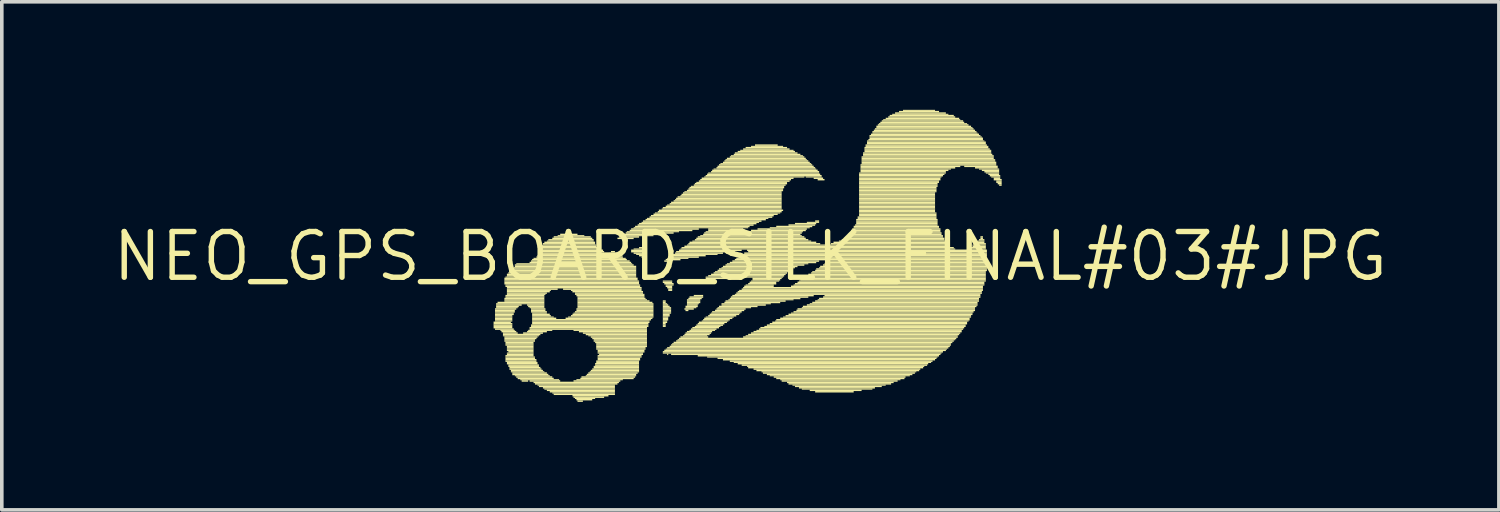
<source format=kicad_pcb>
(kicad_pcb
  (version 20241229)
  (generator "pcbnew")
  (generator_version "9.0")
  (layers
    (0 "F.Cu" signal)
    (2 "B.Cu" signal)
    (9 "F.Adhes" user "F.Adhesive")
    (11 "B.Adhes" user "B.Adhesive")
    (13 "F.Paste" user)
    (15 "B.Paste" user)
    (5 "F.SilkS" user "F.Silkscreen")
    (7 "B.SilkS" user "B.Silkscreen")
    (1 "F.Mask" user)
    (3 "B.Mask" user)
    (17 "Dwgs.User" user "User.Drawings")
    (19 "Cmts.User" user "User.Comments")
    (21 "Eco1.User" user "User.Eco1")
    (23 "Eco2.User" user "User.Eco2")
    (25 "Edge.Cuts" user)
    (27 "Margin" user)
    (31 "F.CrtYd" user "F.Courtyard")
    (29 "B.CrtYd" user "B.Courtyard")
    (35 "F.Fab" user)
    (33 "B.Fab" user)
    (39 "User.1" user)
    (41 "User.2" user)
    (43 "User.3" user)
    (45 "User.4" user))
  (footprint "NEO_GPS_BOARD_SILK_FINAL#03#JPG"
    (layer "F.Cu")
    (at 17.787 4.07)
    (property "Reference" "NEO_GPS_BOARD_SILK_FINAL#03#JPG" (at 0 0 0) (layer "F.SilkS") (effects (font (size 1.27 1.27) (thickness 0.15))))
    (fp_poly (pts (xy -7.13 1.85) (xy -6.65 1.85) (xy -6.65 1.81) (xy -7.13 1.81)) (stroke (width 0) (type default)) (fill yes) (layer "F.SilkS"))
    (fp_poly (pts (xy -7.13 1.89) (xy -6.61 1.89) (xy -6.61 1.85) (xy -7.13 1.85)) (stroke (width 0) (type default)) (fill yes) (layer "F.SilkS"))
    (fp_poly (pts (xy -7.13 1.93) (xy -6.61 1.93) (xy -6.61 1.89) (xy -7.13 1.89)) (stroke (width 0) (type default)) (fill yes) (layer "F.SilkS"))
    (fp_poly (pts (xy -7.13 1.96) (xy -6.61 1.96) (xy -6.61 1.93) (xy -7.13 1.93)) (stroke (width 0) (type default)) (fill yes) (layer "F.SilkS"))
    (fp_poly (pts (xy -7.13 2) (xy -6.61 2) (xy -6.61 1.96) (xy -7.13 1.96)) (stroke (width 0) (type default)) (fill yes) (layer "F.SilkS"))
    (fp_poly (pts (xy -7.09 1.48) (xy -6.5 1.48) (xy -6.5 1.44) (xy -7.09 1.44)) (stroke (width 0) (type default)) (fill yes) (layer "F.SilkS"))
    (fp_poly (pts (xy -7.09 1.52) (xy -6.54 1.52) (xy -6.54 1.48) (xy -7.09 1.48)) (stroke (width 0) (type default)) (fill yes) (layer "F.SilkS"))
    (fp_poly (pts (xy -7.09 1.56) (xy -6.54 1.56) (xy -6.54 1.52) (xy -7.09 1.52)) (stroke (width 0) (type default)) (fill yes) (layer "F.SilkS"))
    (fp_poly (pts (xy -7.09 1.59) (xy -6.57 1.59) (xy -6.57 1.56) (xy -7.09 1.56)) (stroke (width 0) (type default)) (fill yes) (layer "F.SilkS"))
    (fp_poly (pts (xy -7.09 1.63) (xy -6.57 1.63) (xy -6.57 1.59) (xy -7.09 1.59)) (stroke (width 0) (type default)) (fill yes) (layer "F.SilkS"))
    (fp_poly (pts (xy -7.09 1.67) (xy -6.61 1.67) (xy -6.61 1.63) (xy -7.09 1.63)) (stroke (width 0) (type default)) (fill yes) (layer "F.SilkS"))
    (fp_poly (pts (xy -7.09 1.7) (xy -6.61 1.7) (xy -6.61 1.67) (xy -7.09 1.67)) (stroke (width 0) (type default)) (fill yes) (layer "F.SilkS"))
    (fp_poly (pts (xy -7.09 1.74) (xy -6.61 1.74) (xy -6.61 1.7) (xy -7.09 1.7)) (stroke (width 0) (type default)) (fill yes) (layer "F.SilkS"))
    (fp_poly (pts (xy -7.09 1.78) (xy -6.61 1.78) (xy -6.61 1.74) (xy -7.09 1.74)) (stroke (width 0) (type default)) (fill yes) (layer "F.SilkS"))
    (fp_poly (pts (xy -7.09 1.81) (xy -6.61 1.81) (xy -6.61 1.78) (xy -7.09 1.78)) (stroke (width 0) (type default)) (fill yes) (layer "F.SilkS"))
    (fp_poly (pts (xy -7.09 2.04) (xy -6.57 2.04) (xy -6.57 2) (xy -7.09 2)) (stroke (width 0) (type default)) (fill yes) (layer "F.SilkS"))
    (fp_poly (pts (xy -7.06 1.33) (xy -5.72 1.33) (xy -5.72 1.3) (xy -7.06 1.3)) (stroke (width 0) (type default)) (fill yes) (layer "F.SilkS"))
    (fp_poly (pts (xy -7.06 1.37) (xy -6.35 1.37) (xy -6.35 1.33) (xy -7.06 1.33)) (stroke (width 0) (type default)) (fill yes) (layer "F.SilkS"))
    (fp_poly (pts (xy -7.06 1.41) (xy -6.43 1.41) (xy -6.43 1.37) (xy -7.06 1.37)) (stroke (width 0) (type default)) (fill yes) (layer "F.SilkS"))
    (fp_poly (pts (xy -7.06 1.44) (xy -6.46 1.44) (xy -6.46 1.41) (xy -7.06 1.41)) (stroke (width 0) (type default)) (fill yes) (layer "F.SilkS"))
    (fp_poly (pts (xy -7.02 1.3) (xy -5.72 1.3) (xy -5.72 1.26) (xy -7.02 1.26)) (stroke (width 0) (type default)) (fill yes) (layer "F.SilkS"))
    (fp_poly (pts (xy -6.94 2.07) (xy -6.54 2.07) (xy -6.54 2.04) (xy -6.94 2.04)) (stroke (width 0) (type default)) (fill yes) (layer "F.SilkS"))
    (fp_poly (pts (xy -6.91 2.11) (xy -6.5 2.11) (xy -6.5 2.07) (xy -6.91 2.07)) (stroke (width 0) (type default)) (fill yes) (layer "F.SilkS"))
    (fp_poly (pts (xy -6.87 2.15) (xy -6.46 2.15) (xy -6.46 2.11) (xy -6.87 2.11)) (stroke (width 0) (type default)) (fill yes) (layer "F.SilkS"))
    (fp_poly (pts (xy -6.87 2.19) (xy -5.83 2.19) (xy -5.83 2.15) (xy -6.87 2.15)) (stroke (width 0) (type default)) (fill yes) (layer "F.SilkS"))
    (fp_poly (pts (xy -6.87 2.22) (xy -5.87 2.22) (xy -5.87 2.19) (xy -6.87 2.19)) (stroke (width 0) (type default)) (fill yes) (layer "F.SilkS"))
    (fp_poly (pts (xy -6.83 0.63) (xy -3.13 0.63) (xy -3.13 0.59) (xy -6.83 0.59)) (stroke (width 0) (type default)) (fill yes) (layer "F.SilkS"))
    (fp_poly (pts (xy -6.83 0.67) (xy -3.13 0.67) (xy -3.13 0.63) (xy -6.83 0.63)) (stroke (width 0) (type default)) (fill yes) (layer "F.SilkS"))
    (fp_poly (pts (xy -6.83 0.7) (xy -3.09 0.7) (xy -3.09 0.67) (xy -6.83 0.67)) (stroke (width 0) (type default)) (fill yes) (layer "F.SilkS"))
    (fp_poly (pts (xy -6.83 0.74) (xy -3.09 0.74) (xy -3.09 0.7) (xy -6.83 0.7)) (stroke (width 0) (type default)) (fill yes) (layer "F.SilkS"))
    (fp_poly (pts (xy -6.83 0.78) (xy -3.09 0.78) (xy -3.09 0.74) (xy -6.83 0.74)) (stroke (width 0) (type default)) (fill yes) (layer "F.SilkS"))
    (fp_poly (pts (xy -6.83 1.19) (xy -5.72 1.19) (xy -5.72 1.15) (xy -6.83 1.15)) (stroke (width 0) (type default)) (fill yes) (layer "F.SilkS"))
    (fp_poly (pts (xy -6.83 1.22) (xy -5.72 1.22) (xy -5.72 1.19) (xy -6.83 1.19)) (stroke (width 0) (type default)) (fill yes) (layer "F.SilkS"))
    (fp_poly (pts (xy -6.83 1.26) (xy -5.72 1.26) (xy -5.72 1.22) (xy -6.83 1.22)) (stroke (width 0) (type default)) (fill yes) (layer "F.SilkS"))
    (fp_poly (pts (xy -6.83 2.26) (xy -5.91 2.26) (xy -5.91 2.22) (xy -6.83 2.22)) (stroke (width 0) (type default)) (fill yes) (layer "F.SilkS"))
    (fp_poly (pts (xy -6.83 2.3) (xy -5.94 2.3) (xy -5.94 2.26) (xy -6.83 2.26)) (stroke (width 0) (type default)) (fill yes) (layer "F.SilkS"))
    (fp_poly (pts (xy -6.83 2.33) (xy -5.98 2.33) (xy -5.98 2.3) (xy -6.83 2.3)) (stroke (width 0) (type default)) (fill yes) (layer "F.SilkS"))
    (fp_poly (pts (xy -6.83 2.37) (xy -5.98 2.37) (xy -5.98 2.33) (xy -6.83 2.33)) (stroke (width 0) (type default)) (fill yes) (layer "F.SilkS"))
    (fp_poly (pts (xy -6.8 0.59) (xy -3.17 0.59) (xy -3.17 0.56) (xy -6.8 0.56)) (stroke (width 0) (type default)) (fill yes) (layer "F.SilkS"))
    (fp_poly (pts (xy -6.8 0.81) (xy -3.06 0.81) (xy -3.06 0.78) (xy -6.8 0.78)) (stroke (width 0) (type default)) (fill yes) (layer "F.SilkS"))
    (fp_poly (pts (xy -6.8 0.85) (xy -3.06 0.85) (xy -3.06 0.81) (xy -6.8 0.81)) (stroke (width 0) (type default)) (fill yes) (layer "F.SilkS"))
    (fp_poly (pts (xy -6.8 1.11) (xy -5.72 1.11) (xy -5.72 1.07) (xy -6.8 1.07)) (stroke (width 0) (type default)) (fill yes) (layer "F.SilkS"))
    (fp_poly (pts (xy -6.8 1.15) (xy -5.72 1.15) (xy -5.72 1.11) (xy -6.8 1.11)) (stroke (width 0) (type default)) (fill yes) (layer "F.SilkS"))
    (fp_poly (pts (xy -6.8 2.41) (xy -6.02 2.41) (xy -6.02 2.37) (xy -6.8 2.37)) (stroke (width 0) (type default)) (fill yes) (layer "F.SilkS"))
    (fp_poly (pts (xy -6.8 2.44) (xy -6.02 2.44) (xy -6.02 2.41) (xy -6.8 2.41)) (stroke (width 0) (type default)) (fill yes) (layer "F.SilkS"))
    (fp_poly (pts (xy -6.8 2.48) (xy -6.02 2.48) (xy -6.02 2.44) (xy -6.8 2.44)) (stroke (width 0) (type default)) (fill yes) (layer "F.SilkS"))
    (fp_poly (pts (xy -6.8 2.78) (xy -6.02 2.78) (xy -6.02 2.74) (xy -6.8 2.74)) (stroke (width 0) (type default)) (fill yes) (layer "F.SilkS"))
    (fp_poly (pts (xy -6.8 2.81) (xy -5.98 2.81) (xy -5.98 2.78) (xy -6.8 2.78)) (stroke (width 0) (type default)) (fill yes) (layer "F.SilkS"))
    (fp_poly (pts (xy -6.8 2.85) (xy -5.98 2.85) (xy -5.98 2.81) (xy -6.8 2.81)) (stroke (width 0) (type default)) (fill yes) (layer "F.SilkS"))
    (fp_poly (pts (xy -6.8 2.89) (xy -5.94 2.89) (xy -5.94 2.85) (xy -6.8 2.85)) (stroke (width 0) (type default)) (fill yes) (layer "F.SilkS"))
    (fp_poly (pts (xy -6.8 2.93) (xy -5.94 2.93) (xy -5.94 2.89) (xy -6.8 2.89)) (stroke (width 0) (type default)) (fill yes) (layer "F.SilkS"))
    (fp_poly (pts (xy -6.76 0.52) (xy -3.17 0.52) (xy -3.17 0.48) (xy -6.76 0.48)) (stroke (width 0) (type default)) (fill yes) (layer "F.SilkS"))
    (fp_poly (pts (xy -6.76 0.56) (xy -3.17 0.56) (xy -3.17 0.52) (xy -6.76 0.52)) (stroke (width 0) (type default)) (fill yes) (layer "F.SilkS"))
    (fp_poly (pts (xy -6.76 0.89) (xy -3.02 0.89) (xy -3.02 0.85) (xy -6.76 0.85)) (stroke (width 0) (type default)) (fill yes) (layer "F.SilkS"))
    (fp_poly (pts (xy -6.76 0.93) (xy -5.35 0.93) (xy -5.35 0.89) (xy -6.76 0.89)) (stroke (width 0) (type default)) (fill yes) (layer "F.SilkS"))
    (fp_poly (pts (xy -6.76 0.96) (xy -5.54 0.96) (xy -5.54 0.93) (xy -6.76 0.93)) (stroke (width 0) (type default)) (fill yes) (layer "F.SilkS"))
    (fp_poly (pts (xy -6.76 1) (xy -5.57 1) (xy -5.57 0.96) (xy -6.76 0.96)) (stroke (width 0) (type default)) (fill yes) (layer "F.SilkS"))
    (fp_poly (pts (xy -6.76 1.04) (xy -5.65 1.04) (xy -5.65 1) (xy -6.76 1)) (stroke (width 0) (type default)) (fill yes) (layer "F.SilkS"))
    (fp_poly (pts (xy -6.76 1.07) (xy -5.69 1.07) (xy -5.69 1.04) (xy -6.76 1.04)) (stroke (width 0) (type default)) (fill yes) (layer "F.SilkS"))
    (fp_poly (pts (xy -6.76 2.52) (xy -6.02 2.52) (xy -6.02 2.48) (xy -6.76 2.48)) (stroke (width 0) (type default)) (fill yes) (layer "F.SilkS"))
    (fp_poly (pts (xy -6.76 2.56) (xy -6.02 2.56) (xy -6.02 2.52) (xy -6.76 2.52)) (stroke (width 0) (type default)) (fill yes) (layer "F.SilkS"))
    (fp_poly (pts (xy -6.76 2.59) (xy -6.02 2.59) (xy -6.02 2.56) (xy -6.76 2.56)) (stroke (width 0) (type default)) (fill yes) (layer "F.SilkS"))
    (fp_poly (pts (xy -6.76 2.63) (xy -6.02 2.63) (xy -6.02 2.59) (xy -6.76 2.59)) (stroke (width 0) (type default)) (fill yes) (layer "F.SilkS"))
    (fp_poly (pts (xy -6.76 2.7) (xy -6.02 2.7) (xy -6.02 2.67) (xy -6.76 2.67)) (stroke (width 0) (type default)) (fill yes) (layer "F.SilkS"))
    (fp_poly (pts (xy -6.76 2.74) (xy -6.02 2.74) (xy -6.02 2.7) (xy -6.76 2.7)) (stroke (width 0) (type default)) (fill yes) (layer "F.SilkS"))
    (fp_poly (pts (xy -6.76 2.96) (xy -5.91 2.96) (xy -5.91 2.93) (xy -6.76 2.93)) (stroke (width 0) (type default)) (fill yes) (layer "F.SilkS"))
    (fp_poly (pts (xy -6.76 3) (xy -5.91 3) (xy -5.91 2.96) (xy -6.76 2.96)) (stroke (width 0) (type default)) (fill yes) (layer "F.SilkS"))
    (fp_poly (pts (xy -6.72 0.48) (xy -3.17 0.48) (xy -3.17 0.44) (xy -6.72 0.44)) (stroke (width 0) (type default)) (fill yes) (layer "F.SilkS"))
    (fp_poly (pts (xy -6.72 2.67) (xy -6.02 2.67) (xy -6.02 2.63) (xy -6.72 2.63)) (stroke (width 0) (type default)) (fill yes) (layer "F.SilkS"))
    (fp_poly (pts (xy -6.72 3.04) (xy -5.87 3.04) (xy -5.87 3) (xy -6.72 3)) (stroke (width 0) (type default)) (fill yes) (layer "F.SilkS"))
    (fp_poly (pts (xy -6.72 3.07) (xy -5.87 3.07) (xy -5.87 3.04) (xy -6.72 3.04)) (stroke (width 0) (type default)) (fill yes) (layer "F.SilkS"))
    (fp_poly (pts (xy -6.69 0.44) (xy -3.17 0.44) (xy -3.17 0.41) (xy -6.69 0.41)) (stroke (width 0) (type default)) (fill yes) (layer "F.SilkS"))
    (fp_poly (pts (xy -6.69 3.11) (xy -5.83 3.11) (xy -5.83 3.07) (xy -6.69 3.07)) (stroke (width 0) (type default)) (fill yes) (layer "F.SilkS"))
    (fp_poly (pts (xy -6.69 3.15) (xy -5.8 3.15) (xy -5.8 3.11) (xy -6.69 3.11)) (stroke (width 0) (type default)) (fill yes) (layer "F.SilkS"))
    (fp_poly (pts (xy -6.65 0.41) (xy -3.17 0.41) (xy -3.17 0.37) (xy -6.65 0.37)) (stroke (width 0) (type default)) (fill yes) (layer "F.SilkS"))
    (fp_poly (pts (xy -6.65 3.19) (xy -5.76 3.19) (xy -5.76 3.15) (xy -6.65 3.15)) (stroke (width 0) (type default)) (fill yes) (layer "F.SilkS"))
    (fp_poly (pts (xy -6.65 3.22) (xy -5.72 3.22) (xy -5.72 3.19) (xy -6.65 3.19)) (stroke (width 0) (type default)) (fill yes) (layer "F.SilkS"))
    (fp_poly (pts (xy -6.61 0.37) (xy -3.17 0.37) (xy -3.17 0.33) (xy -6.61 0.33)) (stroke (width 0) (type default)) (fill yes) (layer "F.SilkS"))
    (fp_poly (pts (xy -6.61 3.26) (xy -5.65 3.26) (xy -5.65 3.22) (xy -6.61 3.22)) (stroke (width 0) (type default)) (fill yes) (layer "F.SilkS"))
    (fp_poly (pts (xy -6.61 3.3) (xy -5.61 3.3) (xy -5.61 3.26) (xy -6.61 3.26)) (stroke (width 0) (type default)) (fill yes) (layer "F.SilkS"))
    (fp_poly (pts (xy -6.57 0.33) (xy -3.17 0.33) (xy -3.17 0.3) (xy -6.57 0.3)) (stroke (width 0) (type default)) (fill yes) (layer "F.SilkS"))
    (fp_poly (pts (xy -6.54 0.26) (xy -3.24 0.26) (xy -3.24 0.22) (xy -6.54 0.22)) (stroke (width 0) (type default)) (fill yes) (layer "F.SilkS"))
    (fp_poly (pts (xy -6.54 0.3) (xy -3.17 0.3) (xy -3.17 0.26) (xy -6.54 0.26)) (stroke (width 0) (type default)) (fill yes) (layer "F.SilkS"))
    (fp_poly (pts (xy -6.54 3.33) (xy -5.57 3.33) (xy -5.57 3.3) (xy -6.54 3.3)) (stroke (width 0) (type default)) (fill yes) (layer "F.SilkS"))
    (fp_poly (pts (xy -6.5 0.22) (xy -3.28 0.22) (xy -3.28 0.19) (xy -6.5 0.19)) (stroke (width 0) (type default)) (fill yes) (layer "F.SilkS"))
    (fp_poly (pts (xy -6.5 3.37) (xy -5.5 3.37) (xy -5.5 3.33) (xy -6.5 3.33)) (stroke (width 0) (type default)) (fill yes) (layer "F.SilkS"))
    (fp_poly (pts (xy -6.46 3.41) (xy -5.46 3.41) (xy -5.46 3.37) (xy -6.46 3.37)) (stroke (width 0) (type default)) (fill yes) (layer "F.SilkS"))
    (fp_poly (pts (xy -6.39 3.44) (xy -5.31 3.44) (xy -5.31 3.41) (xy -6.39 3.41)) (stroke (width 0) (type default)) (fill yes) (layer "F.SilkS"))
    (fp_poly (pts (xy -6.35 3.48) (xy -6.17 3.48) (xy -6.17 3.44) (xy -6.35 3.44)) (stroke (width 0) (type default)) (fill yes) (layer "F.SilkS"))
    (fp_poly (pts (xy -6.31 2.15) (xy -5.76 2.15) (xy -5.76 2.11) (xy -6.31 2.11)) (stroke (width 0) (type default)) (fill yes) (layer "F.SilkS"))
    (fp_poly (pts (xy -6.2 1.37) (xy -5.72 1.37) (xy -5.72 1.33) (xy -6.2 1.33)) (stroke (width 0) (type default)) (fill yes) (layer "F.SilkS"))
    (fp_poly (pts (xy -6.2 2.11) (xy -5.65 2.11) (xy -5.65 2.07) (xy -6.2 2.07)) (stroke (width 0) (type default)) (fill yes) (layer "F.SilkS"))
    (fp_poly (pts (xy -6.17 1.41) (xy -5.72 1.41) (xy -5.72 1.37) (xy -6.17 1.37)) (stroke (width 0) (type default)) (fill yes) (layer "F.SilkS"))
    (fp_poly (pts (xy -6.17 2.07) (xy -5.5 2.07) (xy -5.5 2.04) (xy -6.17 2.04)) (stroke (width 0) (type default)) (fill yes) (layer "F.SilkS"))
    (fp_poly (pts (xy -6.13 0.19) (xy -3.31 0.19) (xy -3.31 0.15) (xy -6.13 0.15)) (stroke (width 0) (type default)) (fill yes) (layer "F.SilkS"))
    (fp_poly (pts (xy -6.13 1.44) (xy -5.72 1.44) (xy -5.72 1.41) (xy -6.13 1.41)) (stroke (width 0) (type default)) (fill yes) (layer "F.SilkS"))
    (fp_poly (pts (xy -6.13 2) (xy -2.87 2) (xy -2.87 1.96) (xy -6.13 1.96)) (stroke (width 0) (type default)) (fill yes) (layer "F.SilkS"))
    (fp_poly (pts (xy -6.13 2.04) (xy -2.87 2.04) (xy -2.87 2) (xy -6.13 2)) (stroke (width 0) (type default)) (fill yes) (layer "F.SilkS"))
    (fp_poly (pts (xy -6.13 3.48) (xy -5.28 3.48) (xy -5.28 3.44) (xy -6.13 3.44)) (stroke (width 0) (type default)) (fill yes) (layer "F.SilkS"))
    (fp_poly (pts (xy -6.09 0.15) (xy -3.35 0.15) (xy -3.35 0.11) (xy -6.09 0.11)) (stroke (width 0) (type default)) (fill yes) (layer "F.SilkS"))
    (fp_poly (pts (xy -6.09 1.48) (xy -5.69 1.48) (xy -5.69 1.44) (xy -6.09 1.44)) (stroke (width 0) (type default)) (fill yes) (layer "F.SilkS"))
    (fp_poly (pts (xy -6.09 1.52) (xy -5.69 1.52) (xy -5.69 1.48) (xy -6.09 1.48)) (stroke (width 0) (type default)) (fill yes) (layer "F.SilkS"))
    (fp_poly (pts (xy -6.09 1.56) (xy -5.65 1.56) (xy -5.65 1.52) (xy -6.09 1.52)) (stroke (width 0) (type default)) (fill yes) (layer "F.SilkS"))
    (fp_poly (pts (xy -6.09 1.93) (xy -2.83 1.93) (xy -2.83 1.89) (xy -6.09 1.89)) (stroke (width 0) (type default)) (fill yes) (layer "F.SilkS"))
    (fp_poly (pts (xy -6.09 1.96) (xy -2.83 1.96) (xy -2.83 1.93) (xy -6.09 1.93)) (stroke (width 0) (type default)) (fill yes) (layer "F.SilkS"))
    (fp_poly (pts (xy -6.06 0.11) (xy -3.43 0.11) (xy -3.43 0.07) (xy -6.06 0.07)) (stroke (width 0) (type default)) (fill yes) (layer "F.SilkS"))
    (fp_poly (pts (xy -6.06 1.59) (xy -5.65 1.59) (xy -5.65 1.56) (xy -6.06 1.56)) (stroke (width 0) (type default)) (fill yes) (layer "F.SilkS"))
    (fp_poly (pts (xy -6.06 1.63) (xy -5.57 1.63) (xy -5.57 1.59) (xy -6.06 1.59)) (stroke (width 0) (type default)) (fill yes) (layer "F.SilkS"))
    (fp_poly (pts (xy -6.06 1.67) (xy -5.54 1.67) (xy -5.54 1.63) (xy -6.06 1.63)) (stroke (width 0) (type default)) (fill yes) (layer "F.SilkS"))
    (fp_poly (pts (xy -6.06 1.7) (xy -5.46 1.7) (xy -5.46 1.67) (xy -6.06 1.67)) (stroke (width 0) (type default)) (fill yes) (layer "F.SilkS"))
    (fp_poly (pts (xy -6.06 1.74) (xy -5.39 1.74) (xy -5.39 1.7) (xy -6.06 1.7)) (stroke (width 0) (type default)) (fill yes) (layer "F.SilkS"))
    (fp_poly (pts (xy -6.06 1.78) (xy -2.76 1.78) (xy -2.76 1.74) (xy -6.06 1.74)) (stroke (width 0) (type default)) (fill yes) (layer "F.SilkS"))
    (fp_poly (pts (xy -6.06 1.81) (xy -2.8 1.81) (xy -2.8 1.78) (xy -6.06 1.78)) (stroke (width 0) (type default)) (fill yes) (layer "F.SilkS"))
    (fp_poly (pts (xy -6.06 1.85) (xy -2.8 1.85) (xy -2.8 1.81) (xy -6.06 1.81)) (stroke (width 0) (type default)) (fill yes) (layer "F.SilkS"))
    (fp_poly (pts (xy -6.06 1.89) (xy -2.83 1.89) (xy -2.83 1.85) (xy -6.06 1.85)) (stroke (width 0) (type default)) (fill yes) (layer "F.SilkS"))
    (fp_poly (pts (xy -6.02 0.07) (xy -3.46 0.07) (xy -3.46 0.04) (xy -6.02 0.04)) (stroke (width 0) (type default)) (fill yes) (layer "F.SilkS"))
    (fp_poly (pts (xy -6.02 3.52) (xy -3.65 3.52) (xy -3.65 3.48) (xy -6.02 3.48)) (stroke (width 0) (type default)) (fill yes) (layer "F.SilkS"))
    (fp_poly (pts (xy -5.98 3.56) (xy -3.69 3.56) (xy -3.69 3.52) (xy -5.98 3.52)) (stroke (width 0) (type default)) (fill yes) (layer "F.SilkS"))
    (fp_poly (pts (xy -5.94 0.04) (xy -3.54 0.04) (xy -3.54 0) (xy -5.94 0)) (stroke (width 0) (type default)) (fill yes) (layer "F.SilkS"))
    (fp_poly (pts (xy -5.91 0) (xy -3.57 0) (xy -3.57 -0.04) (xy -5.91 -0.04)) (stroke (width 0) (type default)) (fill yes) (layer "F.SilkS"))
    (fp_poly (pts (xy -5.91 3.59) (xy -3.76 3.59) (xy -3.76 3.56) (xy -5.91 3.56)) (stroke (width 0) (type default)) (fill yes) (layer "F.SilkS"))
    (fp_poly (pts (xy -5.87 -0.04) (xy -3.65 -0.04) (xy -3.65 -0.07) (xy -5.87 -0.07)) (stroke (width 0) (type default)) (fill yes) (layer "F.SilkS"))
    (fp_poly (pts (xy -5.87 3.63) (xy -3.76 3.63) (xy -3.76 3.59) (xy -5.87 3.59)) (stroke (width 0) (type default)) (fill yes) (layer "F.SilkS"))
    (fp_poly (pts (xy -5.83 -0.07) (xy -3.69 -0.07) (xy -3.69 -0.11) (xy -5.83 -0.11)) (stroke (width 0) (type default)) (fill yes) (layer "F.SilkS"))
    (fp_poly (pts (xy -5.8 -0.26) (xy -4.28 -0.26) (xy -4.28 -0.3) (xy -5.8 -0.3)) (stroke (width 0) (type default)) (fill yes) (layer "F.SilkS"))
    (fp_poly (pts (xy -5.8 -0.22) (xy -4.24 -0.22) (xy -4.24 -0.26) (xy -5.8 -0.26)) (stroke (width 0) (type default)) (fill yes) (layer "F.SilkS"))
    (fp_poly (pts (xy -5.8 -0.19) (xy -4.2 -0.19) (xy -4.2 -0.22) (xy -5.8 -0.22)) (stroke (width 0) (type default)) (fill yes) (layer "F.SilkS"))
    (fp_poly (pts (xy -5.8 -0.15) (xy -4.09 -0.15) (xy -4.09 -0.19) (xy -5.8 -0.19)) (stroke (width 0) (type default)) (fill yes) (layer "F.SilkS"))
    (fp_poly (pts (xy -5.8 -0.11) (xy -4.06 -0.11) (xy -4.06 -0.15) (xy -5.8 -0.15)) (stroke (width 0) (type default)) (fill yes) (layer "F.SilkS"))
    (fp_poly (pts (xy -5.76 -0.33) (xy -4.31 -0.33) (xy -4.31 -0.37) (xy -5.76 -0.37)) (stroke (width 0) (type default)) (fill yes) (layer "F.SilkS"))
    (fp_poly (pts (xy -5.76 -0.3) (xy -4.28 -0.3) (xy -4.28 -0.33) (xy -5.76 -0.33)) (stroke (width 0) (type default)) (fill yes) (layer "F.SilkS"))
    (fp_poly (pts (xy -5.76 3.67) (xy -3.76 3.67) (xy -3.76 3.63) (xy -5.76 3.63)) (stroke (width 0) (type default)) (fill yes) (layer "F.SilkS"))
    (fp_poly (pts (xy -5.72 -0.37) (xy -4.31 -0.37) (xy -4.31 -0.41) (xy -5.72 -0.41)) (stroke (width 0) (type default)) (fill yes) (layer "F.SilkS"))
    (fp_poly (pts (xy -5.72 3.7) (xy -3.76 3.7) (xy -3.76 3.67) (xy -5.72 3.67)) (stroke (width 0) (type default)) (fill yes) (layer "F.SilkS"))
    (fp_poly (pts (xy -5.65 -0.41) (xy -4.35 -0.41) (xy -4.35 -0.44) (xy -5.65 -0.44)) (stroke (width 0) (type default)) (fill yes) (layer "F.SilkS"))
    (fp_poly (pts (xy -5.65 3.74) (xy -3.76 3.74) (xy -3.76 3.7) (xy -5.65 3.7)) (stroke (width 0) (type default)) (fill yes) (layer "F.SilkS"))
    (fp_poly (pts (xy -5.61 -0.44) (xy -4.35 -0.44) (xy -4.35 -0.48) (xy -5.61 -0.48)) (stroke (width 0) (type default)) (fill yes) (layer "F.SilkS"))
    (fp_poly (pts (xy -5.57 3.78) (xy -3.76 3.78) (xy -3.76 3.74) (xy -5.57 3.74)) (stroke (width 0) (type default)) (fill yes) (layer "F.SilkS"))
    (fp_poly (pts (xy -5.5 -0.48) (xy -4.39 -0.48) (xy -4.39 -0.52) (xy -5.5 -0.52)) (stroke (width 0) (type default)) (fill yes) (layer "F.SilkS"))
    (fp_poly (pts (xy -5.5 3.81) (xy -3.76 3.81) (xy -3.76 3.78) (xy -5.5 3.78)) (stroke (width 0) (type default)) (fill yes) (layer "F.SilkS"))
    (fp_poly (pts (xy -5.46 -0.52) (xy -4.43 -0.52) (xy -4.43 -0.56) (xy -5.46 -0.56)) (stroke (width 0) (type default)) (fill yes) (layer "F.SilkS"))
    (fp_poly (pts (xy -5.46 3.85) (xy -3.76 3.85) (xy -3.76 3.81) (xy -5.46 3.81)) (stroke (width 0) (type default)) (fill yes) (layer "F.SilkS"))
    (fp_poly (pts (xy -5.35 -0.56) (xy -4.61 -0.56) (xy -4.61 -0.59) (xy -5.35 -0.59)) (stroke (width 0) (type default)) (fill yes) (layer "F.SilkS"))
    (fp_poly (pts (xy -5.28 -0.59) (xy -4.8 -0.59) (xy -4.8 -0.63) (xy -5.28 -0.63)) (stroke (width 0) (type default)) (fill yes) (layer "F.SilkS"))
    (fp_poly (pts (xy -5.2 0.93) (xy -3.02 0.93) (xy -3.02 0.89) (xy -5.2 0.89)) (stroke (width 0) (type default)) (fill yes) (layer "F.SilkS"))
    (fp_poly (pts (xy -5.13 1.74) (xy -2.72 1.74) (xy -2.72 1.7) (xy -5.13 1.7)) (stroke (width 0) (type default)) (fill yes) (layer "F.SilkS"))
    (fp_poly (pts (xy -5.06 1.7) (xy -2.69 1.7) (xy -2.69 1.67) (xy -5.06 1.67)) (stroke (width 0) (type default)) (fill yes) (layer "F.SilkS"))
    (fp_poly (pts (xy -4.98 0.96) (xy -3.02 0.96) (xy -3.02 0.93) (xy -4.98 0.93)) (stroke (width 0) (type default)) (fill yes) (layer "F.SilkS"))
    (fp_poly (pts (xy -4.98 1.67) (xy -2.69 1.67) (xy -2.69 1.63) (xy -4.98 1.63)) (stroke (width 0) (type default)) (fill yes) (layer "F.SilkS"))
    (fp_poly (pts (xy -4.94 1) (xy -2.98 1) (xy -2.98 0.96) (xy -4.94 0.96)) (stroke (width 0) (type default)) (fill yes) (layer "F.SilkS"))
    (fp_poly (pts (xy -4.94 1.63) (xy -2.69 1.63) (xy -2.69 1.59) (xy -4.94 1.59)) (stroke (width 0) (type default)) (fill yes) (layer "F.SilkS"))
    (fp_poly (pts (xy -4.94 3.89) (xy -3.94 3.89) (xy -3.94 3.85) (xy -4.94 3.85)) (stroke (width 0) (type default)) (fill yes) (layer "F.SilkS"))
    (fp_poly (pts (xy -4.91 1.59) (xy -2.69 1.59) (xy -2.69 1.56) (xy -4.91 1.56)) (stroke (width 0) (type default)) (fill yes) (layer "F.SilkS"))
    (fp_poly (pts (xy -4.91 2.07) (xy -2.87 2.07) (xy -2.87 2.04) (xy -4.91 2.04)) (stroke (width 0) (type default)) (fill yes) (layer "F.SilkS"))
    (fp_poly (pts (xy -4.91 3.48) (xy -3.61 3.48) (xy -3.61 3.44) (xy -4.91 3.44)) (stroke (width 0) (type default)) (fill yes) (layer "F.SilkS"))
    (fp_poly (pts (xy -4.91 3.93) (xy -4.06 3.93) (xy -4.06 3.89) (xy -4.91 3.89)) (stroke (width 0) (type default)) (fill yes) (layer "F.SilkS"))
    (fp_poly (pts (xy -4.87 1.04) (xy -2.98 1.04) (xy -2.98 1) (xy -4.87 1)) (stroke (width 0) (type default)) (fill yes) (layer "F.SilkS"))
    (fp_poly (pts (xy -4.87 1.07) (xy -2.94 1.07) (xy -2.94 1.04) (xy -4.87 1.04)) (stroke (width 0) (type default)) (fill yes) (layer "F.SilkS"))
    (fp_poly (pts (xy -4.87 1.56) (xy -2.69 1.56) (xy -2.69 1.52) (xy -4.87 1.52)) (stroke (width 0) (type default)) (fill yes) (layer "F.SilkS"))
    (fp_poly (pts (xy -4.87 3.96) (xy -4.31 3.96) (xy -4.31 3.93) (xy -4.87 3.93)) (stroke (width 0) (type default)) (fill yes) (layer "F.SilkS"))
    (fp_poly (pts (xy -4.83 1.11) (xy -2.94 1.11) (xy -2.94 1.07) (xy -4.83 1.07)) (stroke (width 0) (type default)) (fill yes) (layer "F.SilkS"))
    (fp_poly (pts (xy -4.83 1.48) (xy -2.69 1.48) (xy -2.69 1.44) (xy -4.83 1.44)) (stroke (width 0) (type default)) (fill yes) (layer "F.SilkS"))
    (fp_poly (pts (xy -4.83 1.52) (xy -2.69 1.52) (xy -2.69 1.48) (xy -4.83 1.48)) (stroke (width 0) (type default)) (fill yes) (layer "F.SilkS"))
    (fp_poly (pts (xy -4.83 3.44) (xy -3.54 3.44) (xy -3.54 3.41) (xy -4.83 3.41)) (stroke (width 0) (type default)) (fill yes) (layer "F.SilkS"))
    (fp_poly (pts (xy -4.83 4) (xy -4.39 4) (xy -4.39 3.96) (xy -4.83 3.96)) (stroke (width 0) (type default)) (fill yes) (layer "F.SilkS"))
    (fp_poly (pts (xy -4.8 1.15) (xy -2.94 1.15) (xy -2.94 1.11) (xy -4.8 1.11)) (stroke (width 0) (type default)) (fill yes) (layer "F.SilkS"))
    (fp_poly (pts (xy -4.8 1.19) (xy -2.91 1.19) (xy -2.91 1.15) (xy -4.8 1.15)) (stroke (width 0) (type default)) (fill yes) (layer "F.SilkS"))
    (fp_poly (pts (xy -4.8 1.22) (xy -2.87 1.22) (xy -2.87 1.19) (xy -4.8 1.19)) (stroke (width 0) (type default)) (fill yes) (layer "F.SilkS"))
    (fp_poly (pts (xy -4.8 1.26) (xy -2.8 1.26) (xy -2.8 1.22) (xy -4.8 1.22)) (stroke (width 0) (type default)) (fill yes) (layer "F.SilkS"))
    (fp_poly (pts (xy -4.8 1.3) (xy -2.72 1.3) (xy -2.72 1.26) (xy -4.8 1.26)) (stroke (width 0) (type default)) (fill yes) (layer "F.SilkS"))
    (fp_poly (pts (xy -4.8 1.33) (xy -2.69 1.33) (xy -2.69 1.3) (xy -4.8 1.3)) (stroke (width 0) (type default)) (fill yes) (layer "F.SilkS"))
    (fp_poly (pts (xy -4.8 1.37) (xy -2.69 1.37) (xy -2.69 1.33) (xy -4.8 1.33)) (stroke (width 0) (type default)) (fill yes) (layer "F.SilkS"))
    (fp_poly (pts (xy -4.8 1.41) (xy -2.69 1.41) (xy -2.69 1.37) (xy -4.8 1.37)) (stroke (width 0) (type default)) (fill yes) (layer "F.SilkS"))
    (fp_poly (pts (xy -4.8 1.44) (xy -2.69 1.44) (xy -2.69 1.41) (xy -4.8 1.41)) (stroke (width 0) (type default)) (fill yes) (layer "F.SilkS"))
    (fp_poly (pts (xy -4.8 4.04) (xy -4.65 4.04) (xy -4.65 4) (xy -4.8 4)) (stroke (width 0) (type default)) (fill yes) (layer "F.SilkS"))
    (fp_poly (pts (xy -4.76 2.11) (xy -2.87 2.11) (xy -2.87 2.07) (xy -4.76 2.07)) (stroke (width 0) (type default)) (fill yes) (layer "F.SilkS"))
    (fp_poly (pts (xy -4.72 3.41) (xy -3.24 3.41) (xy -3.24 3.37) (xy -4.72 3.37)) (stroke (width 0) (type default)) (fill yes) (layer "F.SilkS"))
    (fp_poly (pts (xy -4.69 3.37) (xy -3.2 3.37) (xy -3.2 3.33) (xy -4.69 3.33)) (stroke (width 0) (type default)) (fill yes) (layer "F.SilkS"))
    (fp_poly (pts (xy -4.65 2.15) (xy -2.87 2.15) (xy -2.87 2.11) (xy -4.65 2.11)) (stroke (width 0) (type default)) (fill yes) (layer "F.SilkS"))
    (fp_poly (pts (xy -4.57 2.19) (xy -2.87 2.19) (xy -2.87 2.15) (xy -4.57 2.15)) (stroke (width 0) (type default)) (fill yes) (layer "F.SilkS"))
    (fp_poly (pts (xy -4.57 3.33) (xy -3.17 3.33) (xy -3.17 3.3) (xy -4.57 3.3)) (stroke (width 0) (type default)) (fill yes) (layer "F.SilkS"))
    (fp_poly (pts (xy -4.54 3.3) (xy -3.17 3.3) (xy -3.17 3.26) (xy -4.54 3.26)) (stroke (width 0) (type default)) (fill yes) (layer "F.SilkS"))
    (fp_poly (pts (xy -4.5 2.22) (xy -2.87 2.22) (xy -2.87 2.19) (xy -4.5 2.19)) (stroke (width 0) (type default)) (fill yes) (layer "F.SilkS"))
    (fp_poly (pts (xy -4.5 3.26) (xy -3.13 3.26) (xy -3.13 3.22) (xy -4.5 3.22)) (stroke (width 0) (type default)) (fill yes) (layer "F.SilkS"))
    (fp_poly (pts (xy -4.46 3.22) (xy -3.09 3.22) (xy -3.09 3.19) (xy -4.46 3.19)) (stroke (width 0) (type default)) (fill yes) (layer "F.SilkS"))
    (fp_poly (pts (xy -4.43 2.26) (xy -2.87 2.26) (xy -2.87 2.22) (xy -4.43 2.22)) (stroke (width 0) (type default)) (fill yes) (layer "F.SilkS"))
    (fp_poly (pts (xy -4.43 3.19) (xy -3.09 3.19) (xy -3.09 3.15) (xy -4.43 3.15)) (stroke (width 0) (type default)) (fill yes) (layer "F.SilkS"))
    (fp_poly (pts (xy -4.39 2.3) (xy -2.87 2.3) (xy -2.87 2.26) (xy -4.39 2.26)) (stroke (width 0) (type default)) (fill yes) (layer "F.SilkS"))
    (fp_poly (pts (xy -4.39 3.15) (xy -3.09 3.15) (xy -3.09 3.11) (xy -4.39 3.11)) (stroke (width 0) (type default)) (fill yes) (layer "F.SilkS"))
    (fp_poly (pts (xy -4.35 2.33) (xy -2.87 2.33) (xy -2.87 2.3) (xy -4.35 2.3)) (stroke (width 0) (type default)) (fill yes) (layer "F.SilkS"))
    (fp_poly (pts (xy -4.35 2.37) (xy -2.87 2.37) (xy -2.87 2.33) (xy -4.35 2.33)) (stroke (width 0) (type default)) (fill yes) (layer "F.SilkS"))
    (fp_poly (pts (xy -4.35 3.07) (xy -3.09 3.07) (xy -3.09 3.04) (xy -4.35 3.04)) (stroke (width 0) (type default)) (fill yes) (layer "F.SilkS"))
    (fp_poly (pts (xy -4.35 3.11) (xy -3.09 3.11) (xy -3.09 3.07) (xy -4.35 3.07)) (stroke (width 0) (type default)) (fill yes) (layer "F.SilkS"))
    (fp_poly (pts (xy -4.31 2.41) (xy -2.87 2.41) (xy -2.87 2.37) (xy -4.31 2.37)) (stroke (width 0) (type default)) (fill yes) (layer "F.SilkS"))
    (fp_poly (pts (xy -4.31 3) (xy -3.09 3) (xy -3.09 2.96) (xy -4.31 2.96)) (stroke (width 0) (type default)) (fill yes) (layer "F.SilkS"))
    (fp_poly (pts (xy -4.31 3.04) (xy -3.09 3.04) (xy -3.09 3) (xy -4.31 3)) (stroke (width 0) (type default)) (fill yes) (layer "F.SilkS"))
    (fp_poly (pts (xy -4.28 2.44) (xy -2.87 2.44) (xy -2.87 2.41) (xy -4.28 2.41)) (stroke (width 0) (type default)) (fill yes) (layer "F.SilkS"))
    (fp_poly (pts (xy -4.28 2.48) (xy -2.87 2.48) (xy -2.87 2.44) (xy -4.28 2.44)) (stroke (width 0) (type default)) (fill yes) (layer "F.SilkS"))
    (fp_poly (pts (xy -4.28 2.52) (xy -2.87 2.52) (xy -2.87 2.48) (xy -4.28 2.48)) (stroke (width 0) (type default)) (fill yes) (layer "F.SilkS"))
    (fp_poly (pts (xy -4.28 2.56) (xy -2.91 2.56) (xy -2.91 2.52) (xy -4.28 2.52)) (stroke (width 0) (type default)) (fill yes) (layer "F.SilkS"))
    (fp_poly (pts (xy -4.28 2.59) (xy -2.91 2.59) (xy -2.91 2.56) (xy -4.28 2.56)) (stroke (width 0) (type default)) (fill yes) (layer "F.SilkS"))
    (fp_poly (pts (xy -4.28 2.93) (xy -3.09 2.93) (xy -3.09 2.89) (xy -4.28 2.89)) (stroke (width 0) (type default)) (fill yes) (layer "F.SilkS"))
    (fp_poly (pts (xy -4.28 2.96) (xy -3.09 2.96) (xy -3.09 2.93) (xy -4.28 2.93)) (stroke (width 0) (type default)) (fill yes) (layer "F.SilkS"))
    (fp_poly (pts (xy -4.24 2.63) (xy -2.94 2.63) (xy -2.94 2.59) (xy -4.24 2.59)) (stroke (width 0) (type default)) (fill yes) (layer "F.SilkS"))
    (fp_poly (pts (xy -4.24 2.67) (xy -2.94 2.67) (xy -2.94 2.63) (xy -4.24 2.63)) (stroke (width 0) (type default)) (fill yes) (layer "F.SilkS"))
    (fp_poly (pts (xy -4.24 2.7) (xy -2.98 2.7) (xy -2.98 2.67) (xy -4.24 2.67)) (stroke (width 0) (type default)) (fill yes) (layer "F.SilkS"))
    (fp_poly (pts (xy -4.24 2.78) (xy -3.02 2.78) (xy -3.02 2.74) (xy -4.24 2.74)) (stroke (width 0) (type default)) (fill yes) (layer "F.SilkS"))
    (fp_poly (pts (xy -4.24 2.81) (xy -3.02 2.81) (xy -3.02 2.78) (xy -4.24 2.78)) (stroke (width 0) (type default)) (fill yes) (layer "F.SilkS"))
    (fp_poly (pts (xy -4.24 2.85) (xy -3.06 2.85) (xy -3.06 2.81) (xy -4.24 2.81)) (stroke (width 0) (type default)) (fill yes) (layer "F.SilkS"))
    (fp_poly (pts (xy -4.24 2.89) (xy -3.06 2.89) (xy -3.06 2.85) (xy -4.24 2.85)) (stroke (width 0) (type default)) (fill yes) (layer "F.SilkS"))
    (fp_poly (pts (xy -4.2 2.74) (xy -2.98 2.74) (xy -2.98 2.7) (xy -4.2 2.7)) (stroke (width 0) (type default)) (fill yes) (layer "F.SilkS"))
    (fp_poly (pts (xy -3.87 -0.11) (xy -3.76 -0.11) (xy -3.76 -0.15) (xy -3.87 -0.15)) (stroke (width 0) (type default)) (fill yes) (layer "F.SilkS"))
    (fp_poly (pts (xy -3.69 -0.48) (xy -3.24 -0.48) (xy -3.24 -0.52) (xy -3.69 -0.52)) (stroke (width 0) (type default)) (fill yes) (layer "F.SilkS"))
    (fp_poly (pts (xy -3.65 -0.52) (xy -3.09 -0.52) (xy -3.09 -0.56) (xy -3.65 -0.56)) (stroke (width 0) (type default)) (fill yes) (layer "F.SilkS"))
    (fp_poly (pts (xy -3.57 -0.56) (xy -2.69 -0.56) (xy -2.69 -0.59) (xy -3.57 -0.59)) (stroke (width 0) (type default)) (fill yes) (layer "F.SilkS"))
    (fp_poly (pts (xy -3.54 -0.59) (xy -2.54 -0.59) (xy -2.54 -0.63) (xy -3.54 -0.63)) (stroke (width 0) (type default)) (fill yes) (layer "F.SilkS"))
    (fp_poly (pts (xy -3.46 -0.63) (xy -2.13 -0.63) (xy -2.13 -0.67) (xy -3.46 -0.67)) (stroke (width 0) (type default)) (fill yes) (layer "F.SilkS"))
    (fp_poly (pts (xy -3.43 -0.67) (xy -1.98 -0.67) (xy -1.98 -0.7) (xy -3.43 -0.7)) (stroke (width 0) (type default)) (fill yes) (layer "F.SilkS"))
    (fp_poly (pts (xy -3.35 -0.7) (xy -1.61 -0.7) (xy -1.61 -0.74) (xy -3.35 -0.74)) (stroke (width 0) (type default)) (fill yes) (layer "F.SilkS"))
    (fp_poly (pts (xy -3.31 -0.74) (xy -1.43 -0.74) (xy -1.43 -0.78) (xy -3.31 -0.78)) (stroke (width 0) (type default)) (fill yes) (layer "F.SilkS"))
    (fp_poly (pts (xy -3.31 -0.15) (xy -2.87 -0.15) (xy -2.87 -0.19) (xy -3.31 -0.19)) (stroke (width 0) (type default)) (fill yes) (layer "F.SilkS"))
    (fp_poly (pts (xy -3.31 -0.11) (xy -2.87 -0.11) (xy -2.87 -0.15) (xy -3.31 -0.15)) (stroke (width 0) (type default)) (fill yes) (layer "F.SilkS"))
    (fp_poly (pts (xy -3.24 -0.78) (xy -0.06 -0.78) (xy -0.06 -0.81) (xy -3.24 -0.81)) (stroke (width 0) (type default)) (fill yes) (layer "F.SilkS"))
    (fp_poly (pts (xy -3.24 -0.19) (xy -2.87 -0.19) (xy -2.87 -0.22) (xy -3.24 -0.22)) (stroke (width 0) (type default)) (fill yes) (layer "F.SilkS"))
    (fp_poly (pts (xy -3.24 -0.07) (xy -2.87 -0.07) (xy -2.87 -0.11) (xy -3.24 -0.11)) (stroke (width 0) (type default)) (fill yes) (layer "F.SilkS"))
    (fp_poly (pts (xy -3.2 -0.81) (xy -0.02 -0.81) (xy -0.02 -0.85) (xy -3.2 -0.85)) (stroke (width 0) (type default)) (fill yes) (layer "F.SilkS"))
    (fp_poly (pts (xy -3.17 -0.04) (xy -2.87 -0.04) (xy -2.87 -0.07) (xy -3.17 -0.07)) (stroke (width 0) (type default)) (fill yes) (layer "F.SilkS"))
    (fp_poly (pts (xy -3.13 -0.85) (xy 0.09 -0.85) (xy 0.09 -0.89) (xy -3.13 -0.89)) (stroke (width 0) (type default)) (fill yes) (layer "F.SilkS"))
    (fp_poly (pts (xy -3.09 -0.89) (xy 0.17 -0.89) (xy 0.17 -0.93) (xy -3.09 -0.93)) (stroke (width 0) (type default)) (fill yes) (layer "F.SilkS"))
    (fp_poly (pts (xy -3.09 -0.22) (xy -2.87 -0.22) (xy -2.87 -0.26) (xy -3.09 -0.26)) (stroke (width 0) (type default)) (fill yes) (layer "F.SilkS"))
    (fp_poly (pts (xy -3.09 0) (xy -2.87 0) (xy -2.87 -0.04) (xy -3.09 -0.04)) (stroke (width 0) (type default)) (fill yes) (layer "F.SilkS"))
    (fp_poly (pts (xy -3.02 -0.93) (xy 0.24 -0.93) (xy 0.24 -0.96) (xy -3.02 -0.96)) (stroke (width 0) (type default)) (fill yes) (layer "F.SilkS"))
    (fp_poly (pts (xy -3.02 0.04) (xy -2.87 0.04) (xy -2.87 0) (xy -3.02 0)) (stroke (width 0) (type default)) (fill yes) (layer "F.SilkS"))
    (fp_poly (pts (xy -2.98 -0.96) (xy 0.31 -0.96) (xy 0.31 -1) (xy -2.98 -1)) (stroke (width 0) (type default)) (fill yes) (layer "F.SilkS"))
    (fp_poly (pts (xy -2.91 -1) (xy 0.43 -1) (xy 0.43 -1.04) (xy -2.91 -1.04)) (stroke (width 0) (type default)) (fill yes) (layer "F.SilkS"))
    (fp_poly (pts (xy -2.87 -1.04) (xy 0.5 -1.04) (xy 0.5 -1.07) (xy -2.87 -1.07)) (stroke (width 0) (type default)) (fill yes) (layer "F.SilkS"))
    (fp_poly (pts (xy -2.8 -1.07) (xy 0.61 -1.07) (xy 0.61 -1.11) (xy -2.8 -1.11)) (stroke (width 0) (type default)) (fill yes) (layer "F.SilkS"))
    (fp_poly (pts (xy -2.76 -1.11) (xy 0.65 -1.11) (xy 0.65 -1.15) (xy -2.76 -1.15)) (stroke (width 0) (type default)) (fill yes) (layer "F.SilkS"))
    (fp_poly (pts (xy -2.69 -1.15) (xy 0.76 -1.15) (xy 0.76 -1.19) (xy -2.69 -1.19)) (stroke (width 0) (type default)) (fill yes) (layer "F.SilkS"))
    (fp_poly (pts (xy -2.65 -1.19) (xy 0.83 -1.19) (xy 0.83 -1.22) (xy -2.65 -1.22)) (stroke (width 0) (type default)) (fill yes) (layer "F.SilkS"))
    (fp_poly (pts (xy -2.57 -1.22) (xy 0.87 -1.22) (xy 0.87 -1.26) (xy -2.57 -1.26)) (stroke (width 0) (type default)) (fill yes) (layer "F.SilkS"))
    (fp_poly (pts (xy -2.54 -1.26) (xy 0.91 -1.26) (xy 0.91 -1.3) (xy -2.54 -1.3)) (stroke (width 0) (type default)) (fill yes) (layer "F.SilkS"))
    (fp_poly (pts (xy -2.46 -1.3) (xy 0.87 -1.3) (xy 0.87 -1.33) (xy -2.46 -1.33)) (stroke (width 0) (type default)) (fill yes) (layer "F.SilkS"))
    (fp_poly (pts (xy -2.43 -1.33) (xy 0.87 -1.33) (xy 0.87 -1.37) (xy -2.43 -1.37)) (stroke (width 0) (type default)) (fill yes) (layer "F.SilkS"))
    (fp_poly (pts (xy -2.43 0.7) (xy -2.17 0.7) (xy -2.17 0.67) (xy -2.43 0.67)) (stroke (width 0) (type default)) (fill yes) (layer "F.SilkS"))
    (fp_poly (pts (xy -2.43 0.74) (xy -2.17 0.74) (xy -2.17 0.7) (xy -2.43 0.7)) (stroke (width 0) (type default)) (fill yes) (layer "F.SilkS"))
    (fp_poly (pts (xy -2.43 1.26) (xy -2.35 1.26) (xy -2.35 1.22) (xy -2.43 1.22)) (stroke (width 0) (type default)) (fill yes) (layer "F.SilkS"))
    (fp_poly (pts (xy -2.43 1.3) (xy -2.35 1.3) (xy -2.35 1.26) (xy -2.43 1.26)) (stroke (width 0) (type default)) (fill yes) (layer "F.SilkS"))
    (fp_poly (pts (xy -2.43 1.33) (xy -2.31 1.33) (xy -2.31 1.3) (xy -2.43 1.3)) (stroke (width 0) (type default)) (fill yes) (layer "F.SilkS"))
    (fp_poly (pts (xy -2.43 1.37) (xy -2.28 1.37) (xy -2.28 1.33) (xy -2.43 1.33)) (stroke (width 0) (type default)) (fill yes) (layer "F.SilkS"))
    (fp_poly (pts (xy -2.43 1.41) (xy -2.24 1.41) (xy -2.24 1.37) (xy -2.43 1.37)) (stroke (width 0) (type default)) (fill yes) (layer "F.SilkS"))
    (fp_poly (pts (xy -2.43 1.44) (xy -2.2 1.44) (xy -2.2 1.41) (xy -2.43 1.41)) (stroke (width 0) (type default)) (fill yes) (layer "F.SilkS"))
    (fp_poly (pts (xy -2.43 1.48) (xy -2.2 1.48) (xy -2.2 1.44) (xy -2.43 1.44)) (stroke (width 0) (type default)) (fill yes) (layer "F.SilkS"))
    (fp_poly (pts (xy -2.43 1.52) (xy -2.2 1.52) (xy -2.2 1.48) (xy -2.43 1.48)) (stroke (width 0) (type default)) (fill yes) (layer "F.SilkS"))
    (fp_poly (pts (xy -2.43 1.56) (xy -2.2 1.56) (xy -2.2 1.52) (xy -2.43 1.52)) (stroke (width 0) (type default)) (fill yes) (layer "F.SilkS"))
    (fp_poly (pts (xy -2.43 1.59) (xy -2.2 1.59) (xy -2.2 1.56) (xy -2.43 1.56)) (stroke (width 0) (type default)) (fill yes) (layer "F.SilkS"))
    (fp_poly (pts (xy -2.43 1.63) (xy -2.24 1.63) (xy -2.24 1.59) (xy -2.43 1.59)) (stroke (width 0) (type default)) (fill yes) (layer "F.SilkS"))
    (fp_poly (pts (xy -2.43 1.67) (xy -2.24 1.67) (xy -2.24 1.63) (xy -2.43 1.63)) (stroke (width 0) (type default)) (fill yes) (layer "F.SilkS"))
    (fp_poly (pts (xy -2.43 1.7) (xy -2.28 1.7) (xy -2.28 1.67) (xy -2.43 1.67)) (stroke (width 0) (type default)) (fill yes) (layer "F.SilkS"))
    (fp_poly (pts (xy -2.43 1.74) (xy -2.28 1.74) (xy -2.28 1.7) (xy -2.43 1.7)) (stroke (width 0) (type default)) (fill yes) (layer "F.SilkS"))
    (fp_poly (pts (xy -2.43 1.78) (xy -2.28 1.78) (xy -2.28 1.74) (xy -2.43 1.74)) (stroke (width 0) (type default)) (fill yes) (layer "F.SilkS"))
    (fp_poly (pts (xy -2.43 1.81) (xy -2.31 1.81) (xy -2.31 1.78) (xy -2.43 1.78)) (stroke (width 0) (type default)) (fill yes) (layer "F.SilkS"))
    (fp_poly (pts (xy -2.43 1.85) (xy -2.31 1.85) (xy -2.31 1.81) (xy -2.43 1.81)) (stroke (width 0) (type default)) (fill yes) (layer "F.SilkS"))
    (fp_poly (pts (xy -2.43 1.89) (xy -2.35 1.89) (xy -2.35 1.85) (xy -2.43 1.85)) (stroke (width 0) (type default)) (fill yes) (layer "F.SilkS"))
    (fp_poly (pts (xy -2.43 1.93) (xy -2.35 1.93) (xy -2.35 1.89) (xy -2.43 1.89)) (stroke (width 0) (type default)) (fill yes) (layer "F.SilkS"))
    (fp_poly (pts (xy -2.43 1.96) (xy -2.35 1.96) (xy -2.35 1.93) (xy -2.43 1.93)) (stroke (width 0) (type default)) (fill yes) (layer "F.SilkS"))
    (fp_poly (pts (xy -2.43 2.67) (xy 5.35 2.67) (xy 5.35 2.63) (xy -2.43 2.63)) (stroke (width 0) (type default)) (fill yes) (layer "F.SilkS"))
    (fp_poly (pts (xy -2.43 2.7) (xy 5.31 2.7) (xy 5.31 2.67) (xy -2.43 2.67)) (stroke (width 0) (type default)) (fill yes) (layer "F.SilkS"))
    (fp_poly (pts (xy -2.39 0.15) (xy -2.24 0.15) (xy -2.24 0.11) (xy -2.39 0.11)) (stroke (width 0) (type default)) (fill yes) (layer "F.SilkS"))
    (fp_poly (pts (xy -2.39 0.78) (xy -2.13 0.78) (xy -2.13 0.74) (xy -2.39 0.74)) (stroke (width 0) (type default)) (fill yes) (layer "F.SilkS"))
    (fp_poly (pts (xy -2.39 2.63) (xy 5.43 2.63) (xy 5.43 2.59) (xy -2.39 2.59)) (stroke (width 0) (type default)) (fill yes) (layer "F.SilkS"))
    (fp_poly (pts (xy -2.35 -1.37) (xy 0.87 -1.37) (xy 0.87 -1.41) (xy -2.35 -1.41)) (stroke (width 0) (type default)) (fill yes) (layer "F.SilkS"))
    (fp_poly (pts (xy -2.35 0.11) (xy -1.94 0.11) (xy -1.94 0.07) (xy -2.35 0.07)) (stroke (width 0) (type default)) (fill yes) (layer "F.SilkS"))
    (fp_poly (pts (xy -2.35 0.81) (xy -2.13 0.81) (xy -2.13 0.78) (xy -2.35 0.78)) (stroke (width 0) (type default)) (fill yes) (layer "F.SilkS"))
    (fp_poly (pts (xy -2.35 0.85) (xy -2.17 0.85) (xy -2.17 0.81) (xy -2.35 0.81)) (stroke (width 0) (type default)) (fill yes) (layer "F.SilkS"))
    (fp_poly (pts (xy -2.35 2.59) (xy 5.46 2.59) (xy 5.46 2.56) (xy -2.35 2.56)) (stroke (width 0) (type default)) (fill yes) (layer "F.SilkS"))
    (fp_poly (pts (xy -2.31 -1.41) (xy 0.87 -1.41) (xy 0.87 -1.44) (xy -2.31 -1.44)) (stroke (width 0) (type default)) (fill yes) (layer "F.SilkS"))
    (fp_poly (pts (xy -2.31 0.07) (xy -1.72 0.07) (xy -1.72 0.04) (xy -2.31 0.04)) (stroke (width 0) (type default)) (fill yes) (layer "F.SilkS"))
    (fp_poly (pts (xy -2.31 0.89) (xy -2.17 0.89) (xy -2.17 0.85) (xy -2.31 0.85)) (stroke (width 0) (type default)) (fill yes) (layer "F.SilkS"))
    (fp_poly (pts (xy -2.31 2.56) (xy 5.5 2.56) (xy 5.5 2.52) (xy -2.31 2.52)) (stroke (width 0) (type default)) (fill yes) (layer "F.SilkS"))
    (fp_poly (pts (xy -2.31 2.74) (xy -2.28 2.74) (xy -2.28 2.7) (xy -2.31 2.7)) (stroke (width 0) (type default)) (fill yes) (layer "F.SilkS"))
    (fp_poly (pts (xy -2.28 0.04) (xy -1.43 0.04) (xy -1.43 0) (xy -2.28 0)) (stroke (width 0) (type default)) (fill yes) (layer "F.SilkS"))
    (fp_poly (pts (xy -2.28 0.93) (xy -2.17 0.93) (xy -2.17 0.89) (xy -2.28 0.89)) (stroke (width 0) (type default)) (fill yes) (layer "F.SilkS"))
    (fp_poly (pts (xy -2.28 0.96) (xy -2.17 0.96) (xy -2.17 0.93) (xy -2.28 0.93)) (stroke (width 0) (type default)) (fill yes) (layer "F.SilkS"))
    (fp_poly (pts (xy -2.24 -1.44) (xy 0.87 -1.44) (xy 0.87 -1.48) (xy -2.24 -1.48)) (stroke (width 0) (type default)) (fill yes) (layer "F.SilkS"))
    (fp_poly (pts (xy -2.24 2.52) (xy 5.54 2.52) (xy 5.54 2.48) (xy -2.24 2.48)) (stroke (width 0) (type default)) (fill yes) (layer "F.SilkS"))
    (fp_poly (pts (xy -2.2 -1.48) (xy 0.87 -1.48) (xy 0.87 -1.52) (xy -2.2 -1.52)) (stroke (width 0) (type default)) (fill yes) (layer "F.SilkS"))
    (fp_poly (pts (xy -2.2 0) (xy -1.24 0) (xy -1.24 -0.04) (xy -2.2 -0.04)) (stroke (width 0) (type default)) (fill yes) (layer "F.SilkS"))
    (fp_poly (pts (xy -2.2 2.48) (xy 5.57 2.48) (xy 5.57 2.44) (xy -2.2 2.44)) (stroke (width 0) (type default)) (fill yes) (layer "F.SilkS"))
    (fp_poly (pts (xy -2.2 2.74) (xy 5.28 2.74) (xy 5.28 2.7) (xy -2.2 2.7)) (stroke (width 0) (type default)) (fill yes) (layer "F.SilkS"))
    (fp_poly (pts (xy -2.17 -0.04) (xy -0.91 -0.04) (xy -0.91 -0.07) (xy -2.17 -0.07)) (stroke (width 0) (type default)) (fill yes) (layer "F.SilkS"))
    (fp_poly (pts (xy -2.17 2.44) (xy 5.57 2.44) (xy 5.57 2.41) (xy -2.17 2.41)) (stroke (width 0) (type default)) (fill yes) (layer "F.SilkS"))
    (fp_poly (pts (xy -2.13 -1.52) (xy 0.87 -1.52) (xy 0.87 -1.56) (xy -2.13 -1.56)) (stroke (width 0) (type default)) (fill yes) (layer "F.SilkS"))
    (fp_poly (pts (xy -2.13 2.41) (xy 5.61 2.41) (xy 5.61 2.37) (xy -2.13 2.37)) (stroke (width 0) (type default)) (fill yes) (layer "F.SilkS"))
    (fp_poly (pts (xy -2.09 -1.56) (xy 0.87 -1.56) (xy 0.87 -1.59) (xy -2.09 -1.59)) (stroke (width 0) (type default)) (fill yes) (layer "F.SilkS"))
    (fp_poly (pts (xy -2.09 -0.07) (xy -0.76 -0.07) (xy -0.76 -0.11) (xy -2.09 -0.11)) (stroke (width 0) (type default)) (fill yes) (layer "F.SilkS"))
    (fp_poly (pts (xy -2.06 -1.59) (xy 0.87 -1.59) (xy 0.87 -1.63) (xy -2.06 -1.63)) (stroke (width 0) (type default)) (fill yes) (layer "F.SilkS"))
    (fp_poly (pts (xy -2.06 -0.11) (xy -0.43 -0.11) (xy -0.43 -0.15) (xy -2.06 -0.15)) (stroke (width 0) (type default)) (fill yes) (layer "F.SilkS"))
    (fp_poly (pts (xy -2.06 2.37) (xy 5.65 2.37) (xy 5.65 2.33) (xy -2.06 2.33)) (stroke (width 0) (type default)) (fill yes) (layer "F.SilkS"))
    (fp_poly (pts (xy -2.02 -1.63) (xy 0.87 -1.63) (xy 0.87 -1.67) (xy -2.02 -1.67)) (stroke (width 0) (type default)) (fill yes) (layer "F.SilkS"))
    (fp_poly (pts (xy -2.02 2.33) (xy 5.69 2.33) (xy 5.69 2.3) (xy -2.02 2.3)) (stroke (width 0) (type default)) (fill yes) (layer "F.SilkS"))
    (fp_poly (pts (xy -1.98 -0.15) (xy -0.24 -0.15) (xy -0.24 -0.19) (xy -1.98 -0.19)) (stroke (width 0) (type default)) (fill yes) (layer "F.SilkS"))
    (fp_poly (pts (xy -1.98 2.3) (xy 5.72 2.3) (xy 5.72 2.26) (xy -1.98 2.26)) (stroke (width 0) (type default)) (fill yes) (layer "F.SilkS"))
    (fp_poly (pts (xy -1.94 -1.67) (xy 0.87 -1.67) (xy 0.87 -1.7) (xy -1.94 -1.7)) (stroke (width 0) (type default)) (fill yes) (layer "F.SilkS"))
    (fp_poly (pts (xy -1.94 -0.19) (xy 5.69 -0.19) (xy 5.69 -0.22) (xy -1.94 -0.22)) (stroke (width 0) (type default)) (fill yes) (layer "F.SilkS"))
    (fp_poly (pts (xy -1.94 2.26) (xy -1.17 2.26) (xy -1.17 2.22) (xy -1.94 2.22)) (stroke (width 0) (type default)) (fill yes) (layer "F.SilkS"))
    (fp_poly (pts (xy -1.91 -1.7) (xy 0.87 -1.7) (xy 0.87 -1.74) (xy -1.91 -1.74)) (stroke (width 0) (type default)) (fill yes) (layer "F.SilkS"))
    (fp_poly (pts (xy -1.91 -0.22) (xy 5.65 -0.22) (xy 5.65 -0.26) (xy -1.91 -0.26)) (stroke (width 0) (type default)) (fill yes) (layer "F.SilkS"))
    (fp_poly (pts (xy -1.87 -1.74) (xy 0.87 -1.74) (xy 0.87 -1.78) (xy -1.87 -1.78)) (stroke (width 0) (type default)) (fill yes) (layer "F.SilkS"))
    (fp_poly (pts (xy -1.87 2.22) (xy -1.2 2.22) (xy -1.2 2.19) (xy -1.87 2.19)) (stroke (width 0) (type default)) (fill yes) (layer "F.SilkS"))
    (fp_poly (pts (xy -1.83 -1.78) (xy 0.87 -1.78) (xy 0.87 -1.81) (xy -1.83 -1.81)) (stroke (width 0) (type default)) (fill yes) (layer "F.SilkS"))
    (fp_poly (pts (xy -1.83 -0.26) (xy 5.54 -0.26) (xy 5.54 -0.3) (xy -1.83 -0.3)) (stroke (width 0) (type default)) (fill yes) (layer "F.SilkS"))
    (fp_poly (pts (xy -1.83 1.48) (xy -1.57 1.48) (xy -1.57 1.44) (xy -1.83 1.44)) (stroke (width 0) (type default)) (fill yes) (layer "F.SilkS"))
    (fp_poly (pts (xy -1.83 2.19) (xy -1.13 2.19) (xy -1.13 2.15) (xy -1.83 2.15)) (stroke (width 0) (type default)) (fill yes) (layer "F.SilkS"))
    (fp_poly (pts (xy -1.8 1.41) (xy -1.46 1.41) (xy -1.46 1.37) (xy -1.8 1.37)) (stroke (width 0) (type default)) (fill yes) (layer "F.SilkS"))
    (fp_poly (pts (xy -1.8 1.44) (xy -1.5 1.44) (xy -1.5 1.41) (xy -1.8 1.41)) (stroke (width 0) (type default)) (fill yes) (layer "F.SilkS"))
    (fp_poly (pts (xy -1.8 1.52) (xy -1.72 1.52) (xy -1.72 1.48) (xy -1.8 1.48)) (stroke (width 0) (type default)) (fill yes) (layer "F.SilkS"))
    (fp_poly (pts (xy -1.8 2.15) (xy -1.09 2.15) (xy -1.09 2.11) (xy -1.8 2.11)) (stroke (width 0) (type default)) (fill yes) (layer "F.SilkS"))
    (fp_poly (pts (xy -1.76 -1.81) (xy 0.91 -1.81) (xy 0.91 -1.85) (xy -1.76 -1.85)) (stroke (width 0) (type default)) (fill yes) (layer "F.SilkS"))
    (fp_poly (pts (xy -1.76 -0.3) (xy 5.54 -0.3) (xy 5.54 -0.33) (xy -1.76 -0.33)) (stroke (width 0) (type default)) (fill yes) (layer "F.SilkS"))
    (fp_poly (pts (xy -1.76 1.22) (xy -1.39 1.22) (xy -1.39 1.19) (xy -1.76 1.19)) (stroke (width 0) (type default)) (fill yes) (layer "F.SilkS"))
    (fp_poly (pts (xy -1.76 1.26) (xy -1.39 1.26) (xy -1.39 1.22) (xy -1.76 1.22)) (stroke (width 0) (type default)) (fill yes) (layer "F.SilkS"))
    (fp_poly (pts (xy -1.76 1.3) (xy -1.39 1.3) (xy -1.39 1.26) (xy -1.76 1.26)) (stroke (width 0) (type default)) (fill yes) (layer "F.SilkS"))
    (fp_poly (pts (xy -1.76 1.33) (xy -1.43 1.33) (xy -1.43 1.3) (xy -1.76 1.3)) (stroke (width 0) (type default)) (fill yes) (layer "F.SilkS"))
    (fp_poly (pts (xy -1.76 1.37) (xy -1.46 1.37) (xy -1.46 1.33) (xy -1.76 1.33)) (stroke (width 0) (type default)) (fill yes) (layer "F.SilkS"))
    (fp_poly (pts (xy -1.76 2.11) (xy -1.06 2.11) (xy -1.06 2.07) (xy -1.76 2.07)) (stroke (width 0) (type default)) (fill yes) (layer "F.SilkS"))
    (fp_poly (pts (xy -1.72 -1.85) (xy 0.91 -1.85) (xy 0.91 -1.89) (xy -1.72 -1.89)) (stroke (width 0) (type default)) (fill yes) (layer "F.SilkS"))
    (fp_poly (pts (xy -1.72 -0.33) (xy 1.94 -0.33) (xy 1.94 -0.37) (xy -1.72 -0.37)) (stroke (width 0) (type default)) (fill yes) (layer "F.SilkS"))
    (fp_poly (pts (xy -1.72 1.19) (xy -1.35 1.19) (xy -1.35 1.15) (xy -1.72 1.15)) (stroke (width 0) (type default)) (fill yes) (layer "F.SilkS"))
    (fp_poly (pts (xy -1.69 -1.89) (xy 0.94 -1.89) (xy 0.94 -1.93) (xy -1.69 -1.93)) (stroke (width 0) (type default)) (fill yes) (layer "F.SilkS"))
    (fp_poly (pts (xy -1.69 -0.37) (xy 1.83 -0.37) (xy 1.83 -0.41) (xy -1.69 -0.41)) (stroke (width 0) (type default)) (fill yes) (layer "F.SilkS"))
    (fp_poly (pts (xy -1.69 1.15) (xy -1.31 1.15) (xy -1.31 1.11) (xy -1.69 1.11)) (stroke (width 0) (type default)) (fill yes) (layer "F.SilkS"))
    (fp_poly (pts (xy -1.69 2.07) (xy -0.98 2.07) (xy -0.98 2.04) (xy -1.69 2.04)) (stroke (width 0) (type default)) (fill yes) (layer "F.SilkS"))
    (fp_poly (pts (xy -1.65 -1.93) (xy 0.94 -1.93) (xy 0.94 -1.96) (xy -1.65 -1.96)) (stroke (width 0) (type default)) (fill yes) (layer "F.SilkS"))
    (fp_poly (pts (xy -1.65 2.04) (xy -0.94 2.04) (xy -0.94 2) (xy -1.65 2)) (stroke (width 0) (type default)) (fill yes) (layer "F.SilkS"))
    (fp_poly (pts (xy -1.61 -0.41) (xy 1.69 -0.41) (xy 1.69 -0.44) (xy -1.61 -0.44)) (stroke (width 0) (type default)) (fill yes) (layer "F.SilkS"))
    (fp_poly (pts (xy -1.61 2) (xy -0.87 2) (xy -0.87 1.96) (xy -1.61 1.96)) (stroke (width 0) (type default)) (fill yes) (layer "F.SilkS"))
    (fp_poly (pts (xy -1.57 -1.96) (xy 0.98 -1.96) (xy 0.98 -2) (xy -1.57 -2)) (stroke (width 0) (type default)) (fill yes) (layer "F.SilkS"))
    (fp_poly (pts (xy -1.57 1.11) (xy -1.31 1.11) (xy -1.31 1.07) (xy -1.57 1.07)) (stroke (width 0) (type default)) (fill yes) (layer "F.SilkS"))
    (fp_poly (pts (xy -1.54 -2) (xy 1.02 -2) (xy 1.02 -2.04) (xy -1.54 -2.04)) (stroke (width 0) (type default)) (fill yes) (layer "F.SilkS"))
    (fp_poly (pts (xy -1.54 -0.44) (xy 1.61 -0.44) (xy 1.61 -0.48) (xy -1.54 -0.48)) (stroke (width 0) (type default)) (fill yes) (layer "F.SilkS"))
    (fp_poly (pts (xy -1.54 1.96) (xy -0.83 1.96) (xy -0.83 1.93) (xy -1.54 1.93)) (stroke (width 0) (type default)) (fill yes) (layer "F.SilkS"))
    (fp_poly (pts (xy -1.5 -2.04) (xy 1.02 -2.04) (xy 1.02 -2.07) (xy -1.5 -2.07)) (stroke (width 0) (type default)) (fill yes) (layer "F.SilkS"))
    (fp_poly (pts (xy -1.5 -0.48) (xy 1.54 -0.48) (xy 1.54 -0.52) (xy -1.5 -0.52)) (stroke (width 0) (type default)) (fill yes) (layer "F.SilkS"))
    (fp_poly (pts (xy -1.5 1.93) (xy -0.76 1.93) (xy -0.76 1.89) (xy -1.5 1.89)) (stroke (width 0) (type default)) (fill yes) (layer "F.SilkS"))
    (fp_poly (pts (xy -1.46 -0.52) (xy 1.5 -0.52) (xy 1.5 -0.56) (xy -1.46 -0.56)) (stroke (width 0) (type default)) (fill yes) (layer "F.SilkS"))
    (fp_poly (pts (xy -1.46 1.89) (xy -0.72 1.89) (xy -0.72 1.85) (xy -1.46 1.85)) (stroke (width 0) (type default)) (fill yes) (layer "F.SilkS"))
    (fp_poly (pts (xy -1.46 2.78) (xy 5.24 2.78) (xy 5.24 2.74) (xy -1.46 2.74)) (stroke (width 0) (type default)) (fill yes) (layer "F.SilkS"))
    (fp_poly (pts (xy -1.43 -2.07) (xy 1.09 -2.07) (xy 1.09 -2.11) (xy -1.43 -2.11)) (stroke (width 0) (type default)) (fill yes) (layer "F.SilkS"))
    (fp_poly (pts (xy -1.43 1.85) (xy -0.65 1.85) (xy -0.65 1.81) (xy -1.43 1.81)) (stroke (width 0) (type default)) (fill yes) (layer "F.SilkS"))
    (fp_poly (pts (xy -1.39 -2.11) (xy 1.13 -2.11) (xy 1.13 -2.15) (xy -1.39 -2.15)) (stroke (width 0) (type default)) (fill yes) (layer "F.SilkS"))
    (fp_poly (pts (xy -1.39 -0.56) (xy 1.43 -0.56) (xy 1.43 -0.59) (xy -1.39 -0.59)) (stroke (width 0) (type default)) (fill yes) (layer "F.SilkS"))
    (fp_poly (pts (xy -1.35 -2.15) (xy 1.2 -2.15) (xy 1.2 -2.19) (xy -1.35 -2.19)) (stroke (width 0) (type default)) (fill yes) (layer "F.SilkS"))
    (fp_poly (pts (xy -1.35 1.81) (xy -0.61 1.81) (xy -0.61 1.78) (xy -1.35 1.78)) (stroke (width 0) (type default)) (fill yes) (layer "F.SilkS"))
    (fp_poly (pts (xy -1.31 -0.59) (xy 1.39 -0.59) (xy 1.39 -0.63) (xy -1.31 -0.63)) (stroke (width 0) (type default)) (fill yes) (layer "F.SilkS"))
    (fp_poly (pts (xy -1.31 1.78) (xy -0.57 1.78) (xy -0.57 1.74) (xy -1.31 1.74)) (stroke (width 0) (type default)) (fill yes) (layer "F.SilkS"))
    (fp_poly (pts (xy -1.28 -2.19) (xy 1.5 -2.19) (xy 1.5 -2.22) (xy -1.28 -2.22)) (stroke (width 0) (type default)) (fill yes) (layer "F.SilkS"))
    (fp_poly (pts (xy -1.28 -0.63) (xy 1.43 -0.63) (xy 1.43 -0.67) (xy -1.28 -0.67)) (stroke (width 0) (type default)) (fill yes) (layer "F.SilkS"))
    (fp_poly (pts (xy -1.28 1.74) (xy -0.5 1.74) (xy -0.5 1.7) (xy -1.28 1.7)) (stroke (width 0) (type default)) (fill yes) (layer "F.SilkS"))
    (fp_poly (pts (xy -1.24 -2.22) (xy 1.98 -2.22) (xy 1.98 -2.26) (xy -1.24 -2.26)) (stroke (width 0) (type default)) (fill yes) (layer "F.SilkS"))
    (fp_poly (pts (xy -1.24 -0.67) (xy 1.46 -0.67) (xy 1.46 -0.7) (xy -1.24 -0.7)) (stroke (width 0) (type default)) (fill yes) (layer "F.SilkS"))
    (fp_poly (pts (xy -1.24 0.59) (xy 0.91 0.59) (xy 0.91 0.56) (xy -1.24 0.56)) (stroke (width 0) (type default)) (fill yes) (layer "F.SilkS"))
    (fp_poly (pts (xy -1.24 0.63) (xy -0.43 0.63) (xy -0.43 0.59) (xy -1.24 0.59)) (stroke (width 0) (type default)) (fill yes) (layer "F.SilkS"))
    (fp_poly (pts (xy -1.24 1.7) (xy -0.46 1.7) (xy -0.46 1.67) (xy -1.24 1.67)) (stroke (width 0) (type default)) (fill yes) (layer "F.SilkS"))
    (fp_poly (pts (xy -1.2 -2.26) (xy 1.94 -2.26) (xy 1.94 -2.3) (xy -1.2 -2.3)) (stroke (width 0) (type default)) (fill yes) (layer "F.SilkS"))
    (fp_poly (pts (xy -1.2 2.81) (xy 5.2 2.81) (xy 5.2 2.78) (xy -1.2 2.78)) (stroke (width 0) (type default)) (fill yes) (layer "F.SilkS"))
    (fp_poly (pts (xy -1.17 -2.3) (xy 1.91 -2.3) (xy 1.91 -2.33) (xy -1.17 -2.33)) (stroke (width 0) (type default)) (fill yes) (layer "F.SilkS"))
    (fp_poly (pts (xy -1.17 -0.74) (xy -0.2 -0.74) (xy -0.2 -0.78) (xy -1.17 -0.78)) (stroke (width 0) (type default)) (fill yes) (layer "F.SilkS"))
    (fp_poly (pts (xy -1.17 -0.7) (xy -0.24 -0.7) (xy -0.24 -0.74) (xy -1.17 -0.74)) (stroke (width 0) (type default)) (fill yes) (layer "F.SilkS"))
    (fp_poly (pts (xy -1.17 0.56) (xy 0.94 0.56) (xy 0.94 0.52) (xy -1.17 0.52)) (stroke (width 0) (type default)) (fill yes) (layer "F.SilkS"))
    (fp_poly (pts (xy -1.17 1.67) (xy -0.39 1.67) (xy -0.39 1.63) (xy -1.17 1.63)) (stroke (width 0) (type default)) (fill yes) (layer "F.SilkS"))
    (fp_poly (pts (xy -1.13 1.63) (xy -0.31 1.63) (xy -0.31 1.59) (xy -1.13 1.59)) (stroke (width 0) (type default)) (fill yes) (layer "F.SilkS"))
    (fp_poly (pts (xy -1.09 -2.33) (xy 1.91 -2.33) (xy 1.91 -2.37) (xy -1.09 -2.37)) (stroke (width 0) (type default)) (fill yes) (layer "F.SilkS"))
    (fp_poly (pts (xy -1.09 0.52) (xy 0.98 0.52) (xy 0.98 0.48) (xy -1.09 0.48)) (stroke (width 0) (type default)) (fill yes) (layer "F.SilkS"))
    (fp_poly (pts (xy -1.09 1.59) (xy -0.28 1.59) (xy -0.28 1.56) (xy -1.09 1.56)) (stroke (width 0) (type default)) (fill yes) (layer "F.SilkS"))
    (fp_poly (pts (xy -1.06 -2.37) (xy 1.87 -2.37) (xy 1.87 -2.41) (xy -1.06 -2.41)) (stroke (width 0) (type default)) (fill yes) (layer "F.SilkS"))
    (fp_poly (pts (xy -1.06 1.56) (xy -0.24 1.56) (xy -0.24 1.52) (xy -1.06 1.52)) (stroke (width 0) (type default)) (fill yes) (layer "F.SilkS"))
    (fp_poly (pts (xy -1.02 -2.41) (xy 1.83 -2.41) (xy 1.83 -2.44) (xy -1.02 -2.44)) (stroke (width 0) (type default)) (fill yes) (layer "F.SilkS"))
    (fp_poly (pts (xy -1.02 0.48) (xy 1.02 0.48) (xy 1.02 0.44) (xy -1.02 0.44)) (stroke (width 0) (type default)) (fill yes) (layer "F.SilkS"))
    (fp_poly (pts (xy -0.98 0.44) (xy 1.06 0.44) (xy 1.06 0.41) (xy -0.98 0.41)) (stroke (width 0) (type default)) (fill yes) (layer "F.SilkS"))
    (fp_poly (pts (xy -0.98 1.52) (xy -0.17 1.52) (xy -0.17 1.48) (xy -0.98 1.48)) (stroke (width 0) (type default)) (fill yes) (layer "F.SilkS"))
    (fp_poly (pts (xy -0.94 -2.44) (xy 1.8 -2.44) (xy 1.8 -2.48) (xy -0.94 -2.48)) (stroke (width 0) (type default)) (fill yes) (layer "F.SilkS"))
    (fp_poly (pts (xy -0.94 1.48) (xy -0.13 1.48) (xy -0.13 1.44) (xy -0.94 1.44)) (stroke (width 0) (type default)) (fill yes) (layer "F.SilkS"))
    (fp_poly (pts (xy -0.91 -2.48) (xy 1.76 -2.48) (xy 1.76 -2.52) (xy -0.91 -2.52)) (stroke (width 0) (type default)) (fill yes) (layer "F.SilkS"))
    (fp_poly (pts (xy -0.91 0.41) (xy 1.09 0.41) (xy 1.09 0.37) (xy -0.91 0.37)) (stroke (width 0) (type default)) (fill yes) (layer "F.SilkS"))
    (fp_poly (pts (xy -0.91 1.44) (xy 0.02 1.44) (xy 0.02 1.41) (xy -0.91 1.41)) (stroke (width 0) (type default)) (fill yes) (layer "F.SilkS"))
    (fp_poly (pts (xy -0.91 2.85) (xy 5.17 2.85) (xy 5.17 2.81) (xy -0.91 2.81)) (stroke (width 0) (type default)) (fill yes) (layer "F.SilkS"))
    (fp_poly (pts (xy -0.87 -2.52) (xy 1.72 -2.52) (xy 1.72 -2.56) (xy -0.87 -2.56)) (stroke (width 0) (type default)) (fill yes) (layer "F.SilkS"))
    (fp_poly (pts (xy -0.87 0.37) (xy 1.13 0.37) (xy 1.13 0.33) (xy -0.87 0.33)) (stroke (width 0) (type default)) (fill yes) (layer "F.SilkS"))
    (fp_poly (pts (xy -0.87 1.41) (xy 0.2 1.41) (xy 0.2 1.37) (xy -0.87 1.37)) (stroke (width 0) (type default)) (fill yes) (layer "F.SilkS"))
    (fp_poly (pts (xy -0.83 -2.56) (xy 1.69 -2.56) (xy 1.69 -2.59) (xy -0.83 -2.59)) (stroke (width 0) (type default)) (fill yes) (layer "F.SilkS"))
    (fp_poly (pts (xy -0.8 0.33) (xy 1.24 0.33) (xy 1.24 0.3) (xy -0.8 0.3)) (stroke (width 0) (type default)) (fill yes) (layer "F.SilkS"))
    (fp_poly (pts (xy -0.8 1.33) (xy 0.57 1.33) (xy 0.57 1.3) (xy -0.8 1.3)) (stroke (width 0) (type default)) (fill yes) (layer "F.SilkS"))
    (fp_poly (pts (xy -0.8 1.37) (xy 0.43 1.37) (xy 0.43 1.33) (xy -0.8 1.33)) (stroke (width 0) (type default)) (fill yes) (layer "F.SilkS"))
    (fp_poly (pts (xy -0.76 -2.59) (xy 1.65 -2.59) (xy 1.65 -2.63) (xy -0.76 -2.63)) (stroke (width 0) (type default)) (fill yes) (layer "F.SilkS"))
    (fp_poly (pts (xy -0.76 0.3) (xy 1.31 0.3) (xy 1.31 0.26) (xy -0.76 0.26)) (stroke (width 0) (type default)) (fill yes) (layer "F.SilkS"))
    (fp_poly (pts (xy -0.76 2.89) (xy 5.13 2.89) (xy 5.13 2.85) (xy -0.76 2.85)) (stroke (width 0) (type default)) (fill yes) (layer "F.SilkS"))
    (fp_poly (pts (xy -0.72 -2.63) (xy 1.61 -2.63) (xy 1.61 -2.67) (xy -0.72 -2.67)) (stroke (width 0) (type default)) (fill yes) (layer "F.SilkS"))
    (fp_poly (pts (xy -0.72 1.3) (xy 0.83 1.3) (xy 0.83 1.26) (xy -0.72 1.26)) (stroke (width 0) (type default)) (fill yes) (layer "F.SilkS"))
    (fp_poly (pts (xy -0.69 -2.67) (xy 1.57 -2.67) (xy 1.57 -2.7) (xy -0.69 -2.7)) (stroke (width 0) (type default)) (fill yes) (layer "F.SilkS"))
    (fp_poly (pts (xy -0.69 0.26) (xy 1.5 0.26) (xy 1.5 0.22) (xy -0.69 0.22)) (stroke (width 0) (type default)) (fill yes) (layer "F.SilkS"))
    (fp_poly (pts (xy -0.69 1.26) (xy 0.98 1.26) (xy 0.98 1.22) (xy -0.69 1.22)) (stroke (width 0) (type default)) (fill yes) (layer "F.SilkS"))
    (fp_poly (pts (xy -0.65 -2.7) (xy 1.54 -2.7) (xy 1.54 -2.74) (xy -0.65 -2.74)) (stroke (width 0) (type default)) (fill yes) (layer "F.SilkS"))
    (fp_poly (pts (xy -0.65 0.22) (xy 1.61 0.22) (xy 1.61 0.19) (xy -0.65 0.19)) (stroke (width 0) (type default)) (fill yes) (layer "F.SilkS"))
    (fp_poly (pts (xy -0.61 1.22) (xy 1.2 1.22) (xy 1.2 1.19) (xy -0.61 1.19)) (stroke (width 0) (type default)) (fill yes) (layer "F.SilkS"))
    (fp_poly (pts (xy -0.57 -2.74) (xy 1.5 -2.74) (xy 1.5 -2.78) (xy -0.57 -2.78)) (stroke (width 0) (type default)) (fill yes) (layer "F.SilkS"))
    (fp_poly (pts (xy -0.57 0.19) (xy 1.83 0.19) (xy 1.83 0.15) (xy -0.57 0.15)) (stroke (width 0) (type default)) (fill yes) (layer "F.SilkS"))
    (fp_poly (pts (xy -0.57 1.19) (xy 1.39 1.19) (xy 1.39 1.15) (xy -0.57 1.15)) (stroke (width 0) (type default)) (fill yes) (layer "F.SilkS"))
    (fp_poly (pts (xy -0.57 2.93) (xy 5.06 2.93) (xy 5.06 2.89) (xy -0.57 2.89)) (stroke (width 0) (type default)) (fill yes) (layer "F.SilkS"))
    (fp_poly (pts (xy -0.54 -2.78) (xy 1.46 -2.78) (xy 1.46 -2.81) (xy -0.54 -2.81)) (stroke (width 0) (type default)) (fill yes) (layer "F.SilkS"))
    (fp_poly (pts (xy -0.54 1.15) (xy 1.61 1.15) (xy 1.61 1.11) (xy -0.54 1.11)) (stroke (width 0) (type default)) (fill yes) (layer "F.SilkS"))
    (fp_poly (pts (xy -0.5 0.15) (xy 1.91 0.15) (xy 1.91 0.11) (xy -0.5 0.11)) (stroke (width 0) (type default)) (fill yes) (layer "F.SilkS"))
    (fp_poly (pts (xy -0.5 1.11) (xy 1.76 1.11) (xy 1.76 1.07) (xy -0.5 1.07)) (stroke (width 0) (type default)) (fill yes) (layer "F.SilkS"))
    (fp_poly (pts (xy -0.46 -2.81) (xy 1.39 -2.81) (xy 1.39 -2.85) (xy -0.46 -2.85)) (stroke (width 0) (type default)) (fill yes) (layer "F.SilkS"))
    (fp_poly (pts (xy -0.46 2.96) (xy 5.02 2.96) (xy 5.02 2.93) (xy -0.46 2.93)) (stroke (width 0) (type default)) (fill yes) (layer "F.SilkS"))
    (fp_poly (pts (xy -0.43 -2.85) (xy 1.31 -2.85) (xy 1.31 -2.89) (xy -0.43 -2.89)) (stroke (width 0) (type default)) (fill yes) (layer "F.SilkS"))
    (fp_poly (pts (xy -0.43 0.11) (xy 6.57 0.11) (xy 6.57 0.07) (xy -0.43 0.07)) (stroke (width 0) (type default)) (fill yes) (layer "F.SilkS"))
    (fp_poly (pts (xy -0.43 1.07) (xy 6.39 1.07) (xy 6.39 1.04) (xy -0.43 1.04)) (stroke (width 0) (type default)) (fill yes) (layer "F.SilkS"))
    (fp_poly (pts (xy -0.39 0.07) (xy 6.57 0.07) (xy 6.57 0.04) (xy -0.39 0.04)) (stroke (width 0) (type default)) (fill yes) (layer "F.SilkS"))
    (fp_poly (pts (xy -0.39 1.04) (xy 6.43 1.04) (xy 6.43 1) (xy -0.39 1)) (stroke (width 0) (type default)) (fill yes) (layer "F.SilkS"))
    (fp_poly (pts (xy -0.35 -2.89) (xy 1.24 -2.89) (xy 1.24 -2.93) (xy -0.35 -2.93)) (stroke (width 0) (type default)) (fill yes) (layer "F.SilkS"))
    (fp_poly (pts (xy -0.35 0.63) (xy -0.31 0.63) (xy -0.31 0.59) (xy -0.35 0.59)) (stroke (width 0) (type default)) (fill yes) (layer "F.SilkS"))
    (fp_poly (pts (xy -0.35 1) (xy 6.43 1) (xy 6.43 0.96) (xy -0.35 0.96)) (stroke (width 0) (type default)) (fill yes) (layer "F.SilkS"))
    (fp_poly (pts (xy -0.35 3) (xy 4.94 3) (xy 4.94 2.96) (xy -0.35 2.96)) (stroke (width 0) (type default)) (fill yes) (layer "F.SilkS"))
    (fp_poly (pts (xy -0.31 0.04) (xy 6.57 0.04) (xy 6.57 0) (xy -0.31 0)) (stroke (width 0) (type default)) (fill yes) (layer "F.SilkS"))
    (fp_poly (pts (xy -0.31 0.96) (xy 6.46 0.96) (xy 6.46 0.93) (xy -0.31 0.93)) (stroke (width 0) (type default)) (fill yes) (layer "F.SilkS"))
    (fp_poly (pts (xy -0.28 -2.93) (xy 1.2 -2.93) (xy 1.2 -2.96) (xy -0.28 -2.96)) (stroke (width 0) (type default)) (fill yes) (layer "F.SilkS"))
    (fp_poly (pts (xy -0.28 0) (xy 6.57 0) (xy 6.57 -0.04) (xy -0.28 -0.04)) (stroke (width 0) (type default)) (fill yes) (layer "F.SilkS"))
    (fp_poly (pts (xy -0.24 0.93) (xy 6.46 0.93) (xy 6.46 0.89) (xy -0.24 0.89)) (stroke (width 0) (type default)) (fill yes) (layer "F.SilkS"))
    (fp_poly (pts (xy -0.24 3.04) (xy 4.91 3.04) (xy 4.91 3) (xy -0.24 3)) (stroke (width 0) (type default)) (fill yes) (layer "F.SilkS"))
    (fp_poly (pts (xy -0.2 -2.96) (xy 1.09 -2.96) (xy 1.09 -3) (xy -0.2 -3)) (stroke (width 0) (type default)) (fill yes) (layer "F.SilkS"))
    (fp_poly (pts (xy -0.2 -0.04) (xy 6.57 -0.04) (xy 6.57 -0.07) (xy -0.2 -0.07)) (stroke (width 0) (type default)) (fill yes) (layer "F.SilkS"))
    (fp_poly (pts (xy -0.2 0.89) (xy 6.46 0.89) (xy 6.46 0.85) (xy -0.2 0.85)) (stroke (width 0) (type default)) (fill yes) (layer "F.SilkS"))
    (fp_poly (pts (xy -0.2 2.26) (xy 5.76 2.26) (xy 5.76 2.22) (xy -0.2 2.22)) (stroke (width 0) (type default)) (fill yes) (layer "F.SilkS"))
    (fp_poly (pts (xy -0.17 -0.07) (xy 6.57 -0.07) (xy 6.57 -0.11) (xy -0.17 -0.11)) (stroke (width 0) (type default)) (fill yes) (layer "F.SilkS"))
    (fp_poly (pts (xy -0.17 0.85) (xy 0.65 0.85) (xy 0.65 0.81) (xy -0.17 0.81)) (stroke (width 0) (type default)) (fill yes) (layer "F.SilkS"))
    (fp_poly (pts (xy -0.13 -3) (xy 1.02 -3) (xy 1.02 -3.04) (xy -0.13 -3.04)) (stroke (width 0) (type default)) (fill yes) (layer "F.SilkS"))
    (fp_poly (pts (xy -0.13 0.81) (xy 0.65 0.81) (xy 0.65 0.78) (xy -0.13 0.78)) (stroke (width 0) (type default)) (fill yes) (layer "F.SilkS"))
    (fp_poly (pts (xy -0.13 2.22) (xy 5.76 2.22) (xy 5.76 2.19) (xy -0.13 2.19)) (stroke (width 0) (type default)) (fill yes) (layer "F.SilkS"))
    (fp_poly (pts (xy -0.09 -0.15) (xy 6.57 -0.15) (xy 6.57 -0.19) (xy -0.09 -0.19)) (stroke (width 0) (type default)) (fill yes) (layer "F.SilkS"))
    (fp_poly (pts (xy -0.09 3.07) (xy 4.83 3.07) (xy 4.83 3.04) (xy -0.09 3.04)) (stroke (width 0) (type default)) (fill yes) (layer "F.SilkS"))
    (fp_poly (pts (xy -0.06 -0.11) (xy 6.57 -0.11) (xy 6.57 -0.15) (xy -0.06 -0.15)) (stroke (width 0) (type default)) (fill yes) (layer "F.SilkS"))
    (fp_poly (pts (xy -0.06 0.78) (xy 0.72 0.78) (xy 0.72 0.74) (xy -0.06 0.74)) (stroke (width 0) (type default)) (fill yes) (layer "F.SilkS"))
    (fp_poly (pts (xy -0.06 2.19) (xy 5.8 2.19) (xy 5.8 2.15) (xy -0.06 2.15)) (stroke (width 0) (type default)) (fill yes) (layer "F.SilkS"))
    (fp_poly (pts (xy -0.06 3.11) (xy 4.8 3.11) (xy 4.8 3.07) (xy -0.06 3.07)) (stroke (width 0) (type default)) (fill yes) (layer "F.SilkS"))
    (fp_poly (pts (xy -0.02 0.74) (xy 0.72 0.74) (xy 0.72 0.7) (xy -0.02 0.7)) (stroke (width 0) (type default)) (fill yes) (layer "F.SilkS"))
    (fp_poly (pts (xy 0.02 -3.04) (xy 0.91 -3.04) (xy 0.91 -3.07) (xy 0.02 -3.07)) (stroke (width 0) (type default)) (fill yes) (layer "F.SilkS"))
    (fp_poly (pts (xy 0.02 -0.7) (xy 1.54 -0.7) (xy 1.54 -0.74) (xy 0.02 -0.74)) (stroke (width 0) (type default)) (fill yes) (layer "F.SilkS"))
    (fp_poly (pts (xy 0.02 0.7) (xy 0.8 0.7) (xy 0.8 0.67) (xy 0.02 0.67)) (stroke (width 0) (type default)) (fill yes) (layer "F.SilkS"))
    (fp_poly (pts (xy 0.02 2.15) (xy 5.83 2.15) (xy 5.83 2.11) (xy 0.02 2.11)) (stroke (width 0) (type default)) (fill yes) (layer "F.SilkS"))
    (fp_poly (pts (xy 0.06 0.63) (xy 0.87 0.63) (xy 0.87 0.59) (xy 0.06 0.59)) (stroke (width 0) (type default)) (fill yes) (layer "F.SilkS"))
    (fp_poly (pts (xy 0.06 0.67) (xy 0.83 0.67) (xy 0.83 0.63) (xy 0.06 0.63)) (stroke (width 0) (type default)) (fill yes) (layer "F.SilkS"))
    (fp_poly (pts (xy 0.09 2.11) (xy 5.87 2.11) (xy 5.87 2.07) (xy 0.09 2.07)) (stroke (width 0) (type default)) (fill yes) (layer "F.SilkS"))
    (fp_poly (pts (xy 0.09 3.15) (xy 4.72 3.15) (xy 4.72 3.11) (xy 0.09 3.11)) (stroke (width 0) (type default)) (fill yes) (layer "F.SilkS"))
    (fp_poly (pts (xy 0.13 -3.07) (xy 0.76 -3.07) (xy 0.76 -3.11) (xy 0.13 -3.11)) (stroke (width 0) (type default)) (fill yes) (layer "F.SilkS"))
    (fp_poly (pts (xy 0.17 2.07) (xy 5.87 2.07) (xy 5.87 2.04) (xy 0.17 2.04)) (stroke (width 0) (type default)) (fill yes) (layer "F.SilkS"))
    (fp_poly (pts (xy 0.17 3.19) (xy 4.69 3.19) (xy 4.69 3.15) (xy 0.17 3.15)) (stroke (width 0) (type default)) (fill yes) (layer "F.SilkS"))
    (fp_poly (pts (xy 0.2 -0.74) (xy 1.57 -0.74) (xy 1.57 -0.78) (xy 0.2 -0.78)) (stroke (width 0) (type default)) (fill yes) (layer "F.SilkS"))
    (fp_poly (pts (xy 0.24 2.04) (xy 5.91 2.04) (xy 5.91 2) (xy 0.24 2)) (stroke (width 0) (type default)) (fill yes) (layer "F.SilkS"))
    (fp_poly (pts (xy 0.28 2) (xy 5.94 2) (xy 5.94 1.96) (xy 0.28 1.96)) (stroke (width 0) (type default)) (fill yes) (layer "F.SilkS"))
    (fp_poly (pts (xy 0.31 3.22) (xy 4.61 3.22) (xy 4.61 3.19) (xy 0.31 3.19)) (stroke (width 0) (type default)) (fill yes) (layer "F.SilkS"))
    (fp_poly (pts (xy 0.35 3.26) (xy 4.57 3.26) (xy 4.57 3.22) (xy 0.35 3.22)) (stroke (width 0) (type default)) (fill yes) (layer "F.SilkS"))
    (fp_poly (pts (xy 0.39 1.96) (xy 5.98 1.96) (xy 5.98 1.93) (xy 0.39 1.93)) (stroke (width 0) (type default)) (fill yes) (layer "F.SilkS"))
    (fp_poly (pts (xy 0.46 1.93) (xy 5.98 1.93) (xy 5.98 1.89) (xy 0.46 1.89)) (stroke (width 0) (type default)) (fill yes) (layer "F.SilkS"))
    (fp_poly (pts (xy 0.46 3.3) (xy 4.5 3.3) (xy 4.5 3.26) (xy 0.46 3.26)) (stroke (width 0) (type default)) (fill yes) (layer "F.SilkS"))
    (fp_poly (pts (xy 0.54 -0.78) (xy 1.65 -0.78) (xy 1.65 -0.81) (xy 0.54 -0.81)) (stroke (width 0) (type default)) (fill yes) (layer "F.SilkS"))
    (fp_poly (pts (xy 0.54 1.89) (xy 6.02 1.89) (xy 6.02 1.85) (xy 0.54 1.85)) (stroke (width 0) (type default)) (fill yes) (layer "F.SilkS"))
    (fp_poly (pts (xy 0.54 3.33) (xy 4.43 3.33) (xy 4.43 3.3) (xy 0.54 3.3)) (stroke (width 0) (type default)) (fill yes) (layer "F.SilkS"))
    (fp_poly (pts (xy 0.61 1.85) (xy 6.02 1.85) (xy 6.02 1.81) (xy 0.61 1.81)) (stroke (width 0) (type default)) (fill yes) (layer "F.SilkS"))
    (fp_poly (pts (xy 0.65 3.37) (xy 4.31 3.37) (xy 4.31 3.33) (xy 0.65 3.33)) (stroke (width 0) (type default)) (fill yes) (layer "F.SilkS"))
    (fp_poly (pts (xy 0.69 1.81) (xy 6.06 1.81) (xy 6.06 1.78) (xy 0.69 1.78)) (stroke (width 0) (type default)) (fill yes) (layer "F.SilkS"))
    (fp_poly (pts (xy 0.72 -0.81) (xy 1.72 -0.81) (xy 1.72 -0.85) (xy 0.72 -0.85)) (stroke (width 0) (type default)) (fill yes) (layer "F.SilkS"))
    (fp_poly (pts (xy 0.72 1.78) (xy 6.09 1.78) (xy 6.09 1.74) (xy 0.72 1.74)) (stroke (width 0) (type default)) (fill yes) (layer "F.SilkS"))
    (fp_poly (pts (xy 0.72 3.41) (xy 4.28 3.41) (xy 4.28 3.37) (xy 0.72 3.37)) (stroke (width 0) (type default)) (fill yes) (layer "F.SilkS"))
    (fp_poly (pts (xy 0.83 1.74) (xy 6.09 1.74) (xy 6.09 1.7) (xy 0.83 1.7)) (stroke (width 0) (type default)) (fill yes) (layer "F.SilkS"))
    (fp_poly (pts (xy 0.83 3.44) (xy 4.17 3.44) (xy 4.17 3.41) (xy 0.83 3.41)) (stroke (width 0) (type default)) (fill yes) (layer "F.SilkS"))
    (fp_poly (pts (xy 0.87 3.48) (xy 4.09 3.48) (xy 4.09 3.44) (xy 0.87 3.44)) (stroke (width 0) (type default)) (fill yes) (layer "F.SilkS"))
    (fp_poly (pts (xy 0.91 1.7) (xy 6.13 1.7) (xy 6.13 1.67) (xy 0.91 1.67)) (stroke (width 0) (type default)) (fill yes) (layer "F.SilkS"))
    (fp_poly (pts (xy 0.98 1.67) (xy 6.13 1.67) (xy 6.13 1.63) (xy 0.98 1.63)) (stroke (width 0) (type default)) (fill yes) (layer "F.SilkS"))
    (fp_poly (pts (xy 1.02 3.52) (xy 3.98 3.52) (xy 3.98 3.48) (xy 1.02 3.48)) (stroke (width 0) (type default)) (fill yes) (layer "F.SilkS"))
    (fp_poly (pts (xy 1.06 -0.85) (xy 1.8 -0.85) (xy 1.8 -0.89) (xy 1.06 -0.89)) (stroke (width 0) (type default)) (fill yes) (layer "F.SilkS"))
    (fp_poly (pts (xy 1.06 1.63) (xy 6.17 1.63) (xy 6.17 1.59) (xy 1.06 1.59)) (stroke (width 0) (type default)) (fill yes) (layer "F.SilkS"))
    (fp_poly (pts (xy 1.06 3.56) (xy 3.91 3.56) (xy 3.91 3.52) (xy 1.06 3.52)) (stroke (width 0) (type default)) (fill yes) (layer "F.SilkS"))
    (fp_poly (pts (xy 1.13 0.85) (xy 6.46 0.85) (xy 6.46 0.81) (xy 1.13 0.81)) (stroke (width 0) (type default)) (fill yes) (layer "F.SilkS"))
    (fp_poly (pts (xy 1.13 1.59) (xy 6.17 1.59) (xy 6.17 1.56) (xy 1.13 1.56)) (stroke (width 0) (type default)) (fill yes) (layer "F.SilkS"))
    (fp_poly (pts (xy 1.17 3.59) (xy 3.76 3.59) (xy 3.76 3.56) (xy 1.17 3.56)) (stroke (width 0) (type default)) (fill yes) (layer "F.SilkS"))
    (fp_poly (pts (xy 1.2 0.81) (xy 6.5 0.81) (xy 6.5 0.78) (xy 1.2 0.78)) (stroke (width 0) (type default)) (fill yes) (layer "F.SilkS"))
    (fp_poly (pts (xy 1.2 1.56) (xy 6.2 1.56) (xy 6.2 1.52) (xy 1.2 1.52)) (stroke (width 0) (type default)) (fill yes) (layer "F.SilkS"))
    (fp_poly (pts (xy 1.24 -0.89) (xy 1.83 -0.89) (xy 1.83 -0.93) (xy 1.24 -0.93)) (stroke (width 0) (type default)) (fill yes) (layer "F.SilkS"))
    (fp_poly (pts (xy 1.24 0.78) (xy 6.5 0.78) (xy 6.5 0.74) (xy 1.24 0.74)) (stroke (width 0) (type default)) (fill yes) (layer "F.SilkS"))
    (fp_poly (pts (xy 1.24 3.63) (xy 3.65 3.63) (xy 3.65 3.59) (xy 1.24 3.59)) (stroke (width 0) (type default)) (fill yes) (layer "F.SilkS"))
    (fp_poly (pts (xy 1.28 1.52) (xy 6.24 1.52) (xy 6.24 1.48) (xy 1.28 1.48)) (stroke (width 0) (type default)) (fill yes) (layer "F.SilkS"))
    (fp_poly (pts (xy 1.31 0.74) (xy 6.5 0.74) (xy 6.5 0.7) (xy 1.31 0.7)) (stroke (width 0) (type default)) (fill yes) (layer "F.SilkS"))
    (fp_poly (pts (xy 1.31 1.48) (xy 6.24 1.48) (xy 6.24 1.44) (xy 1.31 1.44)) (stroke (width 0) (type default)) (fill yes) (layer "F.SilkS"))
    (fp_poly (pts (xy 1.35 0.7) (xy 6.54 0.7) (xy 6.54 0.67) (xy 1.35 0.67)) (stroke (width 0) (type default)) (fill yes) (layer "F.SilkS"))
    (fp_poly (pts (xy 1.35 3.67) (xy 3.46 3.67) (xy 3.46 3.63) (xy 1.35 3.63)) (stroke (width 0) (type default)) (fill yes) (layer "F.SilkS"))
    (fp_poly (pts (xy 1.39 0.67) (xy 6.54 0.67) (xy 6.54 0.63) (xy 1.39 0.63)) (stroke (width 0) (type default)) (fill yes) (layer "F.SilkS"))
    (fp_poly (pts (xy 1.43 1.44) (xy 6.24 1.44) (xy 6.24 1.41) (xy 1.43 1.41)) (stroke (width 0) (type default)) (fill yes) (layer "F.SilkS"))
    (fp_poly (pts (xy 1.43 3.7) (xy 3.39 3.7) (xy 3.39 3.67) (xy 1.43 3.67)) (stroke (width 0) (type default)) (fill yes) (layer "F.SilkS"))
    (fp_poly (pts (xy 1.46 0.63) (xy 6.54 0.63) (xy 6.54 0.59) (xy 1.46 0.59)) (stroke (width 0) (type default)) (fill yes) (layer "F.SilkS"))
    (fp_poly (pts (xy 1.46 1.41) (xy 6.28 1.41) (xy 6.28 1.37) (xy 1.46 1.37)) (stroke (width 0) (type default)) (fill yes) (layer "F.SilkS"))
    (fp_poly (pts (xy 1.54 -2.19) (xy 1.98 -2.19) (xy 1.98 -2.22) (xy 1.54 -2.22)) (stroke (width 0) (type default)) (fill yes) (layer "F.SilkS"))
    (fp_poly (pts (xy 1.54 0.59) (xy 6.54 0.59) (xy 6.54 0.56) (xy 1.54 0.56)) (stroke (width 0) (type default)) (fill yes) (layer "F.SilkS"))
    (fp_poly (pts (xy 1.57 -0.93) (xy 1.91 -0.93) (xy 1.91 -0.96) (xy 1.57 -0.96)) (stroke (width 0) (type default)) (fill yes) (layer "F.SilkS"))
    (fp_poly (pts (xy 1.57 0.56) (xy 6.54 0.56) (xy 6.54 0.52) (xy 1.57 0.52)) (stroke (width 0) (type default)) (fill yes) (layer "F.SilkS"))
    (fp_poly (pts (xy 1.57 1.37) (xy 6.31 1.37) (xy 6.31 1.33) (xy 1.57 1.33)) (stroke (width 0) (type default)) (fill yes) (layer "F.SilkS"))
    (fp_poly (pts (xy 1.61 0.52) (xy 6.54 0.52) (xy 6.54 0.48) (xy 1.61 0.48)) (stroke (width 0) (type default)) (fill yes) (layer "F.SilkS"))
    (fp_poly (pts (xy 1.65 1.33) (xy 6.31 1.33) (xy 6.31 1.3) (xy 1.65 1.3)) (stroke (width 0) (type default)) (fill yes) (layer "F.SilkS"))
    (fp_poly (pts (xy 1.65 3.74) (xy 3.09 3.74) (xy 3.09 3.7) (xy 1.65 3.7)) (stroke (width 0) (type default)) (fill yes) (layer "F.SilkS"))
    (fp_poly (pts (xy 1.69 0.48) (xy 6.54 0.48) (xy 6.54 0.44) (xy 1.69 0.44)) (stroke (width 0) (type default)) (fill yes) (layer "F.SilkS"))
    (fp_poly (pts (xy 1.72 0.44) (xy 6.54 0.44) (xy 6.54 0.41) (xy 1.72 0.41)) (stroke (width 0) (type default)) (fill yes) (layer "F.SilkS"))
    (fp_poly (pts (xy 1.72 1.3) (xy 6.31 1.3) (xy 6.31 1.26) (xy 1.72 1.26)) (stroke (width 0) (type default)) (fill yes) (layer "F.SilkS"))
    (fp_poly (pts (xy 1.76 -2.15) (xy 2.02 -2.15) (xy 2.02 -2.19) (xy 1.76 -2.19)) (stroke (width 0) (type default)) (fill yes) (layer "F.SilkS"))
    (fp_poly (pts (xy 1.8 -0.96) (xy 1.91 -0.96) (xy 1.91 -1) (xy 1.8 -1)) (stroke (width 0) (type default)) (fill yes) (layer "F.SilkS"))
    (fp_poly (pts (xy 1.8 0.41) (xy 6.57 0.41) (xy 6.57 0.37) (xy 1.8 0.37)) (stroke (width 0) (type default)) (fill yes) (layer "F.SilkS"))
    (fp_poly (pts (xy 1.8 1.26) (xy 6.35 1.26) (xy 6.35 1.22) (xy 1.8 1.22)) (stroke (width 0) (type default)) (fill yes) (layer "F.SilkS"))
    (fp_poly (pts (xy 1.8 3.78) (xy 2.87 3.78) (xy 2.87 3.74) (xy 1.8 3.74)) (stroke (width 0) (type default)) (fill yes) (layer "F.SilkS"))
    (fp_poly (pts (xy 1.83 0.37) (xy 6.57 0.37) (xy 6.57 0.33) (xy 1.83 0.33)) (stroke (width 0) (type default)) (fill yes) (layer "F.SilkS"))
    (fp_poly (pts (xy 1.87 -2.11) (xy 2.06 -2.11) (xy 2.06 -2.15) (xy 1.87 -2.15)) (stroke (width 0) (type default)) (fill yes) (layer "F.SilkS"))
    (fp_poly (pts (xy 1.87 1.22) (xy 6.35 1.22) (xy 6.35 1.19) (xy 1.87 1.19)) (stroke (width 0) (type default)) (fill yes) (layer "F.SilkS"))
    (fp_poly (pts (xy 1.91 0.33) (xy 6.57 0.33) (xy 6.57 0.3) (xy 1.91 0.3)) (stroke (width 0) (type default)) (fill yes) (layer "F.SilkS"))
    (fp_poly (pts (xy 1.91 1.19) (xy 6.35 1.19) (xy 6.35 1.15) (xy 1.91 1.15)) (stroke (width 0) (type default)) (fill yes) (layer "F.SilkS"))
    (fp_poly (pts (xy 1.94 0.3) (xy 6.57 0.3) (xy 6.57 0.26) (xy 1.94 0.26)) (stroke (width 0) (type default)) (fill yes) (layer "F.SilkS"))
    (fp_poly (pts (xy 2.02 0.26) (xy 6.57 0.26) (xy 6.57 0.22) (xy 2.02 0.22)) (stroke (width 0) (type default)) (fill yes) (layer "F.SilkS"))
    (fp_poly (pts (xy 2.02 1.15) (xy 6.39 1.15) (xy 6.39 1.11) (xy 2.02 1.11)) (stroke (width 0) (type default)) (fill yes) (layer "F.SilkS"))
    (fp_poly (pts (xy 2.06 0.22) (xy 6.57 0.22) (xy 6.57 0.19) (xy 2.06 0.19)) (stroke (width 0) (type default)) (fill yes) (layer "F.SilkS"))
    (fp_poly (pts (xy 2.06 1.11) (xy 6.39 1.11) (xy 6.39 1.07) (xy 2.06 1.07)) (stroke (width 0) (type default)) (fill yes) (layer "F.SilkS"))
    (fp_poly (pts (xy 2.13 0.15) (xy 6.57 0.15) (xy 6.57 0.11) (xy 2.13 0.11)) (stroke (width 0) (type default)) (fill yes) (layer "F.SilkS"))
    (fp_poly (pts (xy 2.13 0.19) (xy 6.57 0.19) (xy 6.57 0.15) (xy 2.13 0.15)) (stroke (width 0) (type default)) (fill yes) (layer "F.SilkS"))
    (fp_poly (pts (xy 2.24 -0.33) (xy 5.46 -0.33) (xy 5.46 -0.37) (xy 2.24 -0.37)) (stroke (width 0) (type default)) (fill yes) (layer "F.SilkS"))
    (fp_poly (pts (xy 2.31 -0.37) (xy 5.46 -0.37) (xy 5.46 -0.41) (xy 2.31 -0.41)) (stroke (width 0) (type default)) (fill yes) (layer "F.SilkS"))
    (fp_poly (pts (xy 2.46 -0.41) (xy 5.43 -0.41) (xy 5.43 -0.44) (xy 2.46 -0.44)) (stroke (width 0) (type default)) (fill yes) (layer "F.SilkS"))
    (fp_poly (pts (xy 2.54 -0.44) (xy 5.39 -0.44) (xy 5.39 -0.48) (xy 2.54 -0.48)) (stroke (width 0) (type default)) (fill yes) (layer "F.SilkS"))
    (fp_poly (pts (xy 2.61 -0.48) (xy 5.39 -0.48) (xy 5.39 -0.52) (xy 2.61 -0.52)) (stroke (width 0) (type default)) (fill yes) (layer "F.SilkS"))
    (fp_poly (pts (xy 2.65 -0.52) (xy 5.35 -0.52) (xy 5.35 -0.56) (xy 2.65 -0.56)) (stroke (width 0) (type default)) (fill yes) (layer "F.SilkS"))
    (fp_poly (pts (xy 2.69 -0.56) (xy 5.35 -0.56) (xy 5.35 -0.59) (xy 2.69 -0.59)) (stroke (width 0) (type default)) (fill yes) (layer "F.SilkS"))
    (fp_poly (pts (xy 2.72 -0.59) (xy 5.31 -0.59) (xy 5.31 -0.63) (xy 2.72 -0.63)) (stroke (width 0) (type default)) (fill yes) (layer "F.SilkS"))
    (fp_poly (pts (xy 2.76 -0.63) (xy 5.31 -0.63) (xy 5.31 -0.67) (xy 2.76 -0.67)) (stroke (width 0) (type default)) (fill yes) (layer "F.SilkS"))
    (fp_poly (pts (xy 2.8 -0.7) (xy 5.28 -0.7) (xy 5.28 -0.74) (xy 2.8 -0.74)) (stroke (width 0) (type default)) (fill yes) (layer "F.SilkS"))
    (fp_poly (pts (xy 2.8 -0.67) (xy 5.28 -0.67) (xy 5.28 -0.7) (xy 2.8 -0.7)) (stroke (width 0) (type default)) (fill yes) (layer "F.SilkS"))
    (fp_poly (pts (xy 2.83 -0.74) (xy 5.28 -0.74) (xy 5.28 -0.78) (xy 2.83 -0.78)) (stroke (width 0) (type default)) (fill yes) (layer "F.SilkS"))
    (fp_poly (pts (xy 2.87 -0.81) (xy 5.24 -0.81) (xy 5.24 -0.85) (xy 2.87 -0.85)) (stroke (width 0) (type default)) (fill yes) (layer "F.SilkS"))
    (fp_poly (pts (xy 2.87 -0.78) (xy 5.24 -0.78) (xy 5.24 -0.81) (xy 2.87 -0.81)) (stroke (width 0) (type default)) (fill yes) (layer "F.SilkS"))
    (fp_poly (pts (xy 2.91 -0.85) (xy 5.2 -0.85) (xy 5.2 -0.89) (xy 2.91 -0.89)) (stroke (width 0) (type default)) (fill yes) (layer "F.SilkS"))
    (fp_poly (pts (xy 2.94 -1) (xy 5.2 -1) (xy 5.2 -1.04) (xy 2.94 -1.04)) (stroke (width 0) (type default)) (fill yes) (layer "F.SilkS"))
    (fp_poly (pts (xy 2.94 -0.96) (xy 5.2 -0.96) (xy 5.2 -1) (xy 2.94 -1)) (stroke (width 0) (type default)) (fill yes) (layer "F.SilkS"))
    (fp_poly (pts (xy 2.94 -0.93) (xy 5.2 -0.93) (xy 5.2 -0.96) (xy 2.94 -0.96)) (stroke (width 0) (type default)) (fill yes) (layer "F.SilkS"))
    (fp_poly (pts (xy 2.94 -0.89) (xy 5.2 -0.89) (xy 5.2 -0.93) (xy 2.94 -0.93)) (stroke (width 0) (type default)) (fill yes) (layer "F.SilkS"))
    (fp_poly (pts (xy 2.98 -1.07) (xy 5.17 -1.07) (xy 5.17 -1.11) (xy 2.98 -1.11)) (stroke (width 0) (type default)) (fill yes) (layer "F.SilkS"))
    (fp_poly (pts (xy 2.98 -1.04) (xy 5.17 -1.04) (xy 5.17 -1.07) (xy 2.98 -1.07)) (stroke (width 0) (type default)) (fill yes) (layer "F.SilkS"))
    (fp_poly (pts (xy 3.02 -2.3) (xy 5.43 -2.3) (xy 5.43 -2.33) (xy 3.02 -2.33)) (stroke (width 0) (type default)) (fill yes) (layer "F.SilkS"))
    (fp_poly (pts (xy 3.02 -2.26) (xy 5.39 -2.26) (xy 5.39 -2.3) (xy 3.02 -2.3)) (stroke (width 0) (type default)) (fill yes) (layer "F.SilkS"))
    (fp_poly (pts (xy 3.02 -2.22) (xy 5.35 -2.22) (xy 5.35 -2.26) (xy 3.02 -2.26)) (stroke (width 0) (type default)) (fill yes) (layer "F.SilkS"))
    (fp_poly (pts (xy 3.02 -2.19) (xy 5.31 -2.19) (xy 5.31 -2.22) (xy 3.02 -2.22)) (stroke (width 0) (type default)) (fill yes) (layer "F.SilkS"))
    (fp_poly (pts (xy 3.02 -2.15) (xy 5.28 -2.15) (xy 5.28 -2.19) (xy 3.02 -2.19)) (stroke (width 0) (type default)) (fill yes) (layer "F.SilkS"))
    (fp_poly (pts (xy 3.02 -2.11) (xy 5.28 -2.11) (xy 5.28 -2.15) (xy 3.02 -2.15)) (stroke (width 0) (type default)) (fill yes) (layer "F.SilkS"))
    (fp_poly (pts (xy 3.02 -2.07) (xy 5.24 -2.07) (xy 5.24 -2.11) (xy 3.02 -2.11)) (stroke (width 0) (type default)) (fill yes) (layer "F.SilkS"))
    (fp_poly (pts (xy 3.02 -2.04) (xy 5.24 -2.04) (xy 5.24 -2.07) (xy 3.02 -2.07)) (stroke (width 0) (type default)) (fill yes) (layer "F.SilkS"))
    (fp_poly (pts (xy 3.02 -2) (xy 5.2 -2) (xy 5.2 -2.04) (xy 3.02 -2.04)) (stroke (width 0) (type default)) (fill yes) (layer "F.SilkS"))
    (fp_poly (pts (xy 3.02 -1.96) (xy 5.2 -1.96) (xy 5.2 -2) (xy 3.02 -2)) (stroke (width 0) (type default)) (fill yes) (layer "F.SilkS"))
    (fp_poly (pts (xy 3.02 -1.93) (xy 5.2 -1.93) (xy 5.2 -1.96) (xy 3.02 -1.96)) (stroke (width 0) (type default)) (fill yes) (layer "F.SilkS"))
    (fp_poly (pts (xy 3.02 -1.89) (xy 5.17 -1.89) (xy 5.17 -1.93) (xy 3.02 -1.93)) (stroke (width 0) (type default)) (fill yes) (layer "F.SilkS"))
    (fp_poly (pts (xy 3.02 -1.85) (xy 5.17 -1.85) (xy 5.17 -1.89) (xy 3.02 -1.89)) (stroke (width 0) (type default)) (fill yes) (layer "F.SilkS"))
    (fp_poly (pts (xy 3.02 -1.81) (xy 5.17 -1.81) (xy 5.17 -1.85) (xy 3.02 -1.85)) (stroke (width 0) (type default)) (fill yes) (layer "F.SilkS"))
    (fp_poly (pts (xy 3.02 -1.78) (xy 5.17 -1.78) (xy 5.17 -1.81) (xy 3.02 -1.81)) (stroke (width 0) (type default)) (fill yes) (layer "F.SilkS"))
    (fp_poly (pts (xy 3.02 -1.74) (xy 5.13 -1.74) (xy 5.13 -1.78) (xy 3.02 -1.78)) (stroke (width 0) (type default)) (fill yes) (layer "F.SilkS"))
    (fp_poly (pts (xy 3.02 -1.7) (xy 5.13 -1.7) (xy 5.13 -1.74) (xy 3.02 -1.74)) (stroke (width 0) (type default)) (fill yes) (layer "F.SilkS"))
    (fp_poly (pts (xy 3.02 -1.67) (xy 5.13 -1.67) (xy 5.13 -1.7) (xy 3.02 -1.7)) (stroke (width 0) (type default)) (fill yes) (layer "F.SilkS"))
    (fp_poly (pts (xy 3.02 -1.63) (xy 5.13 -1.63) (xy 5.13 -1.67) (xy 3.02 -1.67)) (stroke (width 0) (type default)) (fill yes) (layer "F.SilkS"))
    (fp_poly (pts (xy 3.02 -1.59) (xy 5.13 -1.59) (xy 5.13 -1.63) (xy 3.02 -1.63)) (stroke (width 0) (type default)) (fill yes) (layer "F.SilkS"))
    (fp_poly (pts (xy 3.02 -1.56) (xy 5.13 -1.56) (xy 5.13 -1.59) (xy 3.02 -1.59)) (stroke (width 0) (type default)) (fill yes) (layer "F.SilkS"))
    (fp_poly (pts (xy 3.02 -1.52) (xy 5.13 -1.52) (xy 5.13 -1.56) (xy 3.02 -1.56)) (stroke (width 0) (type default)) (fill yes) (layer "F.SilkS"))
    (fp_poly (pts (xy 3.02 -1.48) (xy 5.13 -1.48) (xy 5.13 -1.52) (xy 3.02 -1.52)) (stroke (width 0) (type default)) (fill yes) (layer "F.SilkS"))
    (fp_poly (pts (xy 3.02 -1.44) (xy 5.13 -1.44) (xy 5.13 -1.48) (xy 3.02 -1.48)) (stroke (width 0) (type default)) (fill yes) (layer "F.SilkS"))
    (fp_poly (pts (xy 3.02 -1.41) (xy 5.13 -1.41) (xy 5.13 -1.44) (xy 3.02 -1.44)) (stroke (width 0) (type default)) (fill yes) (layer "F.SilkS"))
    (fp_poly (pts (xy 3.02 -1.37) (xy 5.13 -1.37) (xy 5.13 -1.41) (xy 3.02 -1.41)) (stroke (width 0) (type default)) (fill yes) (layer "F.SilkS"))
    (fp_poly (pts (xy 3.02 -1.33) (xy 5.13 -1.33) (xy 5.13 -1.37) (xy 3.02 -1.37)) (stroke (width 0) (type default)) (fill yes) (layer "F.SilkS"))
    (fp_poly (pts (xy 3.02 -1.3) (xy 5.13 -1.3) (xy 5.13 -1.33) (xy 3.02 -1.33)) (stroke (width 0) (type default)) (fill yes) (layer "F.SilkS"))
    (fp_poly (pts (xy 3.02 -1.26) (xy 5.13 -1.26) (xy 5.13 -1.3) (xy 3.02 -1.3)) (stroke (width 0) (type default)) (fill yes) (layer "F.SilkS"))
    (fp_poly (pts (xy 3.02 -1.22) (xy 5.13 -1.22) (xy 5.13 -1.26) (xy 3.02 -1.26)) (stroke (width 0) (type default)) (fill yes) (layer "F.SilkS"))
    (fp_poly (pts (xy 3.02 -1.19) (xy 5.17 -1.19) (xy 5.17 -1.22) (xy 3.02 -1.22)) (stroke (width 0) (type default)) (fill yes) (layer "F.SilkS"))
    (fp_poly (pts (xy 3.02 -1.15) (xy 5.17 -1.15) (xy 5.17 -1.19) (xy 3.02 -1.19)) (stroke (width 0) (type default)) (fill yes) (layer "F.SilkS"))
    (fp_poly (pts (xy 3.02 -1.11) (xy 5.17 -1.11) (xy 5.17 -1.15) (xy 3.02 -1.15)) (stroke (width 0) (type default)) (fill yes) (layer "F.SilkS"))
    (fp_poly (pts (xy 3.06 -2.52) (xy 6.83 -2.52) (xy 6.83 -2.56) (xy 3.06 -2.56)) (stroke (width 0) (type default)) (fill yes) (layer "F.SilkS"))
    (fp_poly (pts (xy 3.06 -2.48) (xy 5.83 -2.48) (xy 5.83 -2.52) (xy 3.06 -2.52)) (stroke (width 0) (type default)) (fill yes) (layer "F.SilkS"))
    (fp_poly (pts (xy 3.06 -2.44) (xy 5.69 -2.44) (xy 5.69 -2.48) (xy 3.06 -2.48)) (stroke (width 0) (type default)) (fill yes) (layer "F.SilkS"))
    (fp_poly (pts (xy 3.06 -2.41) (xy 5.57 -2.41) (xy 5.57 -2.44) (xy 3.06 -2.44)) (stroke (width 0) (type default)) (fill yes) (layer "F.SilkS"))
    (fp_poly (pts (xy 3.06 -2.37) (xy 5.5 -2.37) (xy 5.5 -2.41) (xy 3.06 -2.41)) (stroke (width 0) (type default)) (fill yes) (layer "F.SilkS"))
    (fp_poly (pts (xy 3.06 -2.33) (xy 5.43 -2.33) (xy 5.43 -2.37) (xy 3.06 -2.37)) (stroke (width 0) (type default)) (fill yes) (layer "F.SilkS"))
    (fp_poly (pts (xy 3.09 -2.74) (xy 6.76 -2.74) (xy 6.76 -2.78) (xy 3.09 -2.78)) (stroke (width 0) (type default)) (fill yes) (layer "F.SilkS"))
    (fp_poly (pts (xy 3.09 -2.7) (xy 6.76 -2.7) (xy 6.76 -2.74) (xy 3.09 -2.74)) (stroke (width 0) (type default)) (fill yes) (layer "F.SilkS"))
    (fp_poly (pts (xy 3.09 -2.67) (xy 6.8 -2.67) (xy 6.8 -2.7) (xy 3.09 -2.7)) (stroke (width 0) (type default)) (fill yes) (layer "F.SilkS"))
    (fp_poly (pts (xy 3.09 -2.63) (xy 6.8 -2.63) (xy 6.8 -2.67) (xy 3.09 -2.67)) (stroke (width 0) (type default)) (fill yes) (layer "F.SilkS"))
    (fp_poly (pts (xy 3.09 -2.59) (xy 6.83 -2.59) (xy 6.83 -2.63) (xy 3.09 -2.63)) (stroke (width 0) (type default)) (fill yes) (layer "F.SilkS"))
    (fp_poly (pts (xy 3.09 -2.56) (xy 6.83 -2.56) (xy 6.83 -2.59) (xy 3.09 -2.59)) (stroke (width 0) (type default)) (fill yes) (layer "F.SilkS"))
    (fp_poly (pts (xy 3.13 -2.85) (xy 6.69 -2.85) (xy 6.69 -2.89) (xy 3.13 -2.89)) (stroke (width 0) (type default)) (fill yes) (layer "F.SilkS"))
    (fp_poly (pts (xy 3.13 -2.81) (xy 6.72 -2.81) (xy 6.72 -2.85) (xy 3.13 -2.85)) (stroke (width 0) (type default)) (fill yes) (layer "F.SilkS"))
    (fp_poly (pts (xy 3.13 -2.78) (xy 6.76 -2.78) (xy 6.76 -2.81) (xy 3.13 -2.81)) (stroke (width 0) (type default)) (fill yes) (layer "F.SilkS"))
    (fp_poly (pts (xy 3.17 -3) (xy 6.61 -3) (xy 6.61 -3.04) (xy 3.17 -3.04)) (stroke (width 0) (type default)) (fill yes) (layer "F.SilkS"))
    (fp_poly (pts (xy 3.17 -2.96) (xy 6.65 -2.96) (xy 6.65 -3) (xy 3.17 -3)) (stroke (width 0) (type default)) (fill yes) (layer "F.SilkS"))
    (fp_poly (pts (xy 3.17 -2.93) (xy 6.69 -2.93) (xy 6.69 -2.96) (xy 3.17 -2.96)) (stroke (width 0) (type default)) (fill yes) (layer "F.SilkS"))
    (fp_poly (pts (xy 3.17 -2.89) (xy 6.69 -2.89) (xy 6.69 -2.93) (xy 3.17 -2.93)) (stroke (width 0) (type default)) (fill yes) (layer "F.SilkS"))
    (fp_poly (pts (xy 3.2 -3.07) (xy 6.57 -3.07) (xy 6.57 -3.11) (xy 3.2 -3.11)) (stroke (width 0) (type default)) (fill yes) (layer "F.SilkS"))
    (fp_poly (pts (xy 3.2 -3.04) (xy 6.61 -3.04) (xy 6.61 -3.07) (xy 3.2 -3.07)) (stroke (width 0) (type default)) (fill yes) (layer "F.SilkS"))
    (fp_poly (pts (xy 3.24 -3.19) (xy 6.5 -3.19) (xy 6.5 -3.22) (xy 3.24 -3.22)) (stroke (width 0) (type default)) (fill yes) (layer "F.SilkS"))
    (fp_poly (pts (xy 3.24 -3.15) (xy 6.54 -3.15) (xy 6.54 -3.19) (xy 3.24 -3.19)) (stroke (width 0) (type default)) (fill yes) (layer "F.SilkS"))
    (fp_poly (pts (xy 3.24 -3.11) (xy 6.54 -3.11) (xy 6.54 -3.15) (xy 3.24 -3.15)) (stroke (width 0) (type default)) (fill yes) (layer "F.SilkS"))
    (fp_poly (pts (xy 3.28 -3.22) (xy 6.46 -3.22) (xy 6.46 -3.26) (xy 3.28 -3.26)) (stroke (width 0) (type default)) (fill yes) (layer "F.SilkS"))
    (fp_poly (pts (xy 3.31 -3.33) (xy 6.39 -3.33) (xy 6.39 -3.37) (xy 3.31 -3.37)) (stroke (width 0) (type default)) (fill yes) (layer "F.SilkS"))
    (fp_poly (pts (xy 3.31 -3.3) (xy 6.43 -3.3) (xy 6.43 -3.33) (xy 3.31 -3.33)) (stroke (width 0) (type default)) (fill yes) (layer "F.SilkS"))
    (fp_poly (pts (xy 3.31 -3.26) (xy 6.46 -3.26) (xy 6.46 -3.3) (xy 3.31 -3.3)) (stroke (width 0) (type default)) (fill yes) (layer "F.SilkS"))
    (fp_poly (pts (xy 3.35 -3.37) (xy 6.35 -3.37) (xy 6.35 -3.41) (xy 3.35 -3.41)) (stroke (width 0) (type default)) (fill yes) (layer "F.SilkS"))
    (fp_poly (pts (xy 3.39 -3.44) (xy 6.28 -3.44) (xy 6.28 -3.48) (xy 3.39 -3.48)) (stroke (width 0) (type default)) (fill yes) (layer "F.SilkS"))
    (fp_poly (pts (xy 3.39 -3.41) (xy 6.31 -3.41) (xy 6.31 -3.44) (xy 3.39 -3.44)) (stroke (width 0) (type default)) (fill yes) (layer "F.SilkS"))
    (fp_poly (pts (xy 3.43 -3.48) (xy 6.24 -3.48) (xy 6.24 -3.52) (xy 3.43 -3.52)) (stroke (width 0) (type default)) (fill yes) (layer "F.SilkS"))
    (fp_poly (pts (xy 3.46 -3.52) (xy 6.2 -3.52) (xy 6.2 -3.56) (xy 3.46 -3.56)) (stroke (width 0) (type default)) (fill yes) (layer "F.SilkS"))
    (fp_poly (pts (xy 3.5 -3.59) (xy 6.13 -3.59) (xy 6.13 -3.63) (xy 3.5 -3.63)) (stroke (width 0) (type default)) (fill yes) (layer "F.SilkS"))
    (fp_poly (pts (xy 3.5 -3.56) (xy 6.17 -3.56) (xy 6.17 -3.59) (xy 3.5 -3.59)) (stroke (width 0) (type default)) (fill yes) (layer "F.SilkS"))
    (fp_poly (pts (xy 3.54 -3.63) (xy 6.06 -3.63) (xy 6.06 -3.67) (xy 3.54 -3.67)) (stroke (width 0) (type default)) (fill yes) (layer "F.SilkS"))
    (fp_poly (pts (xy 3.57 -3.67) (xy 6.02 -3.67) (xy 6.02 -3.7) (xy 3.57 -3.7)) (stroke (width 0) (type default)) (fill yes) (layer "F.SilkS"))
    (fp_poly (pts (xy 3.61 -3.7) (xy 5.94 -3.7) (xy 5.94 -3.74) (xy 3.61 -3.74)) (stroke (width 0) (type default)) (fill yes) (layer "F.SilkS"))
    (fp_poly (pts (xy 3.65 -3.74) (xy 5.91 -3.74) (xy 5.91 -3.78) (xy 3.65 -3.78)) (stroke (width 0) (type default)) (fill yes) (layer "F.SilkS"))
    (fp_poly (pts (xy 3.69 -3.78) (xy 5.83 -3.78) (xy 5.83 -3.81) (xy 3.69 -3.81)) (stroke (width 0) (type default)) (fill yes) (layer "F.SilkS"))
    (fp_poly (pts (xy 3.76 -3.81) (xy 5.8 -3.81) (xy 5.8 -3.85) (xy 3.76 -3.85)) (stroke (width 0) (type default)) (fill yes) (layer "F.SilkS"))
    (fp_poly (pts (xy 3.83 -3.85) (xy 5.69 -3.85) (xy 5.69 -3.89) (xy 3.83 -3.89)) (stroke (width 0) (type default)) (fill yes) (layer "F.SilkS"))
    (fp_poly (pts (xy 3.87 -3.89) (xy 5.65 -3.89) (xy 5.65 -3.93) (xy 3.87 -3.93)) (stroke (width 0) (type default)) (fill yes) (layer "F.SilkS"))
    (fp_poly (pts (xy 3.94 -3.93) (xy 5.5 -3.93) (xy 5.5 -3.96) (xy 3.94 -3.96)) (stroke (width 0) (type default)) (fill yes) (layer "F.SilkS"))
    (fp_poly (pts (xy 4.02 -3.96) (xy 5.43 -3.96) (xy 5.43 -4) (xy 4.02 -4)) (stroke (width 0) (type default)) (fill yes) (layer "F.SilkS"))
    (fp_poly (pts (xy 4.13 -4) (xy 5.24 -4) (xy 5.24 -4.04) (xy 4.13 -4.04)) (stroke (width 0) (type default)) (fill yes) (layer "F.SilkS"))
    (fp_poly (pts (xy 4.24 -4.04) (xy 5.13 -4.04) (xy 5.13 -4.07) (xy 4.24 -4.07)) (stroke (width 0) (type default)) (fill yes) (layer "F.SilkS"))
    (fp_poly (pts (xy 5.94 -2.48) (xy 6.87 -2.48) (xy 6.87 -2.52) (xy 5.94 -2.52)) (stroke (width 0) (type default)) (fill yes) (layer "F.SilkS"))
    (fp_poly (pts (xy 6.02 -0.19) (xy 6.54 -0.19) (xy 6.54 -0.22) (xy 6.02 -0.22)) (stroke (width 0) (type default)) (fill yes) (layer "F.SilkS"))
    (fp_poly (pts (xy 6.09 -0.22) (xy 6.54 -0.22) (xy 6.54 -0.26) (xy 6.09 -0.26)) (stroke (width 0) (type default)) (fill yes) (layer "F.SilkS"))
    (fp_poly (pts (xy 6.17 -0.3) (xy 6.54 -0.3) (xy 6.54 -0.33) (xy 6.17 -0.33)) (stroke (width 0) (type default)) (fill yes) (layer "F.SilkS"))
    (fp_poly (pts (xy 6.17 -0.26) (xy 6.54 -0.26) (xy 6.54 -0.3) (xy 6.17 -0.3)) (stroke (width 0) (type default)) (fill yes) (layer "F.SilkS"))
    (fp_poly (pts (xy 6.24 -2.44) (xy 6.87 -2.44) (xy 6.87 -2.48) (xy 6.24 -2.48)) (stroke (width 0) (type default)) (fill yes) (layer "F.SilkS"))
    (fp_poly (pts (xy 6.24 -0.33) (xy 6.54 -0.33) (xy 6.54 -0.37) (xy 6.24 -0.37)) (stroke (width 0) (type default)) (fill yes) (layer "F.SilkS"))
    (fp_poly (pts (xy 6.28 -0.37) (xy 6.5 -0.37) (xy 6.5 -0.41) (xy 6.28 -0.41)) (stroke (width 0) (type default)) (fill yes) (layer "F.SilkS"))
    (fp_poly (pts (xy 6.31 -0.41) (xy 6.5 -0.41) (xy 6.5 -0.44) (xy 6.31 -0.44)) (stroke (width 0) (type default)) (fill yes) (layer "F.SilkS"))
    (fp_poly (pts (xy 6.35 -2.41) (xy 6.91 -2.41) (xy 6.91 -2.44) (xy 6.35 -2.44)) (stroke (width 0) (type default)) (fill yes) (layer "F.SilkS"))
    (fp_poly (pts (xy 6.35 -0.44) (xy 6.5 -0.44) (xy 6.5 -0.48) (xy 6.35 -0.48)) (stroke (width 0) (type default)) (fill yes) (layer "F.SilkS"))
    (fp_poly (pts (xy 6.39 -0.52) (xy 6.46 -0.52) (xy 6.46 -0.56) (xy 6.39 -0.56)) (stroke (width 0) (type default)) (fill yes) (layer "F.SilkS"))
    (fp_poly (pts (xy 6.39 -0.48) (xy 6.46 -0.48) (xy 6.46 -0.52) (xy 6.39 -0.52)) (stroke (width 0) (type default)) (fill yes) (layer "F.SilkS"))
    (fp_poly (pts (xy 6.43 -2.37) (xy 6.91 -2.37) (xy 6.91 -2.41) (xy 6.43 -2.41)) (stroke (width 0) (type default)) (fill yes) (layer "F.SilkS"))
    (fp_poly (pts (xy 6.5 -2.33) (xy 6.91 -2.33) (xy 6.91 -2.37) (xy 6.5 -2.37)) (stroke (width 0) (type default)) (fill yes) (layer "F.SilkS"))
    (fp_poly (pts (xy 6.54 -2.3) (xy 6.91 -2.3) (xy 6.91 -2.33) (xy 6.54 -2.33)) (stroke (width 0) (type default)) (fill yes) (layer "F.SilkS"))
    (fp_poly (pts (xy 6.61 -2.26) (xy 6.91 -2.26) (xy 6.91 -2.3) (xy 6.61 -2.3)) (stroke (width 0) (type default)) (fill yes) (layer "F.SilkS"))
    (fp_poly (pts (xy 6.65 -2.22) (xy 6.94 -2.22) (xy 6.94 -2.26) (xy 6.65 -2.26)) (stroke (width 0) (type default)) (fill yes) (layer "F.SilkS"))
    (fp_poly (pts (xy 6.69 -2.19) (xy 6.94 -2.19) (xy 6.94 -2.22) (xy 6.69 -2.22)) (stroke (width 0) (type default)) (fill yes) (layer "F.SilkS"))
    (fp_poly (pts (xy 6.76 -2.15) (xy 6.94 -2.15) (xy 6.94 -2.19) (xy 6.76 -2.19)) (stroke (width 0) (type default)) (fill yes) (layer "F.SilkS"))
    (fp_poly (pts (xy 6.76 -2.11) (xy 6.98 -2.11) (xy 6.98 -2.15) (xy 6.76 -2.15)) (stroke (width 0) (type default)) (fill yes) (layer "F.SilkS"))
    (fp_poly (pts (xy 6.83 -2.07) (xy 6.98 -2.07) (xy 6.98 -2.11) (xy 6.83 -2.11)) (stroke (width 0) (type default)) (fill yes) (layer "F.SilkS"))
    (fp_poly (pts (xy 6.83 -2.04) (xy 6.98 -2.04) (xy 6.98 -2.07) (xy 6.83 -2.07)) (stroke (width 0) (type default)) (fill yes) (layer "F.SilkS"))
    (fp_poly (pts (xy 6.87 -2) (xy 6.98 -2) (xy 6.98 -2.04) (xy 6.87 -2.04)) (stroke (width 0) (type default)) (fill yes) (layer "F.SilkS"))
    (fp_poly (pts (xy 6.91 -1.96) (xy 6.98 -1.96) (xy 6.98 -2) (xy 6.91 -2)) (stroke (width 0) (type default)) (fill yes) (layer "F.SilkS")))
  (gr_rect
    (start -3 -3)
    (end 38.575 11.11)
    (stroke (width 0.1) (type default))
    (fill no)
    (layer "Edge.Cuts")))
</source>
